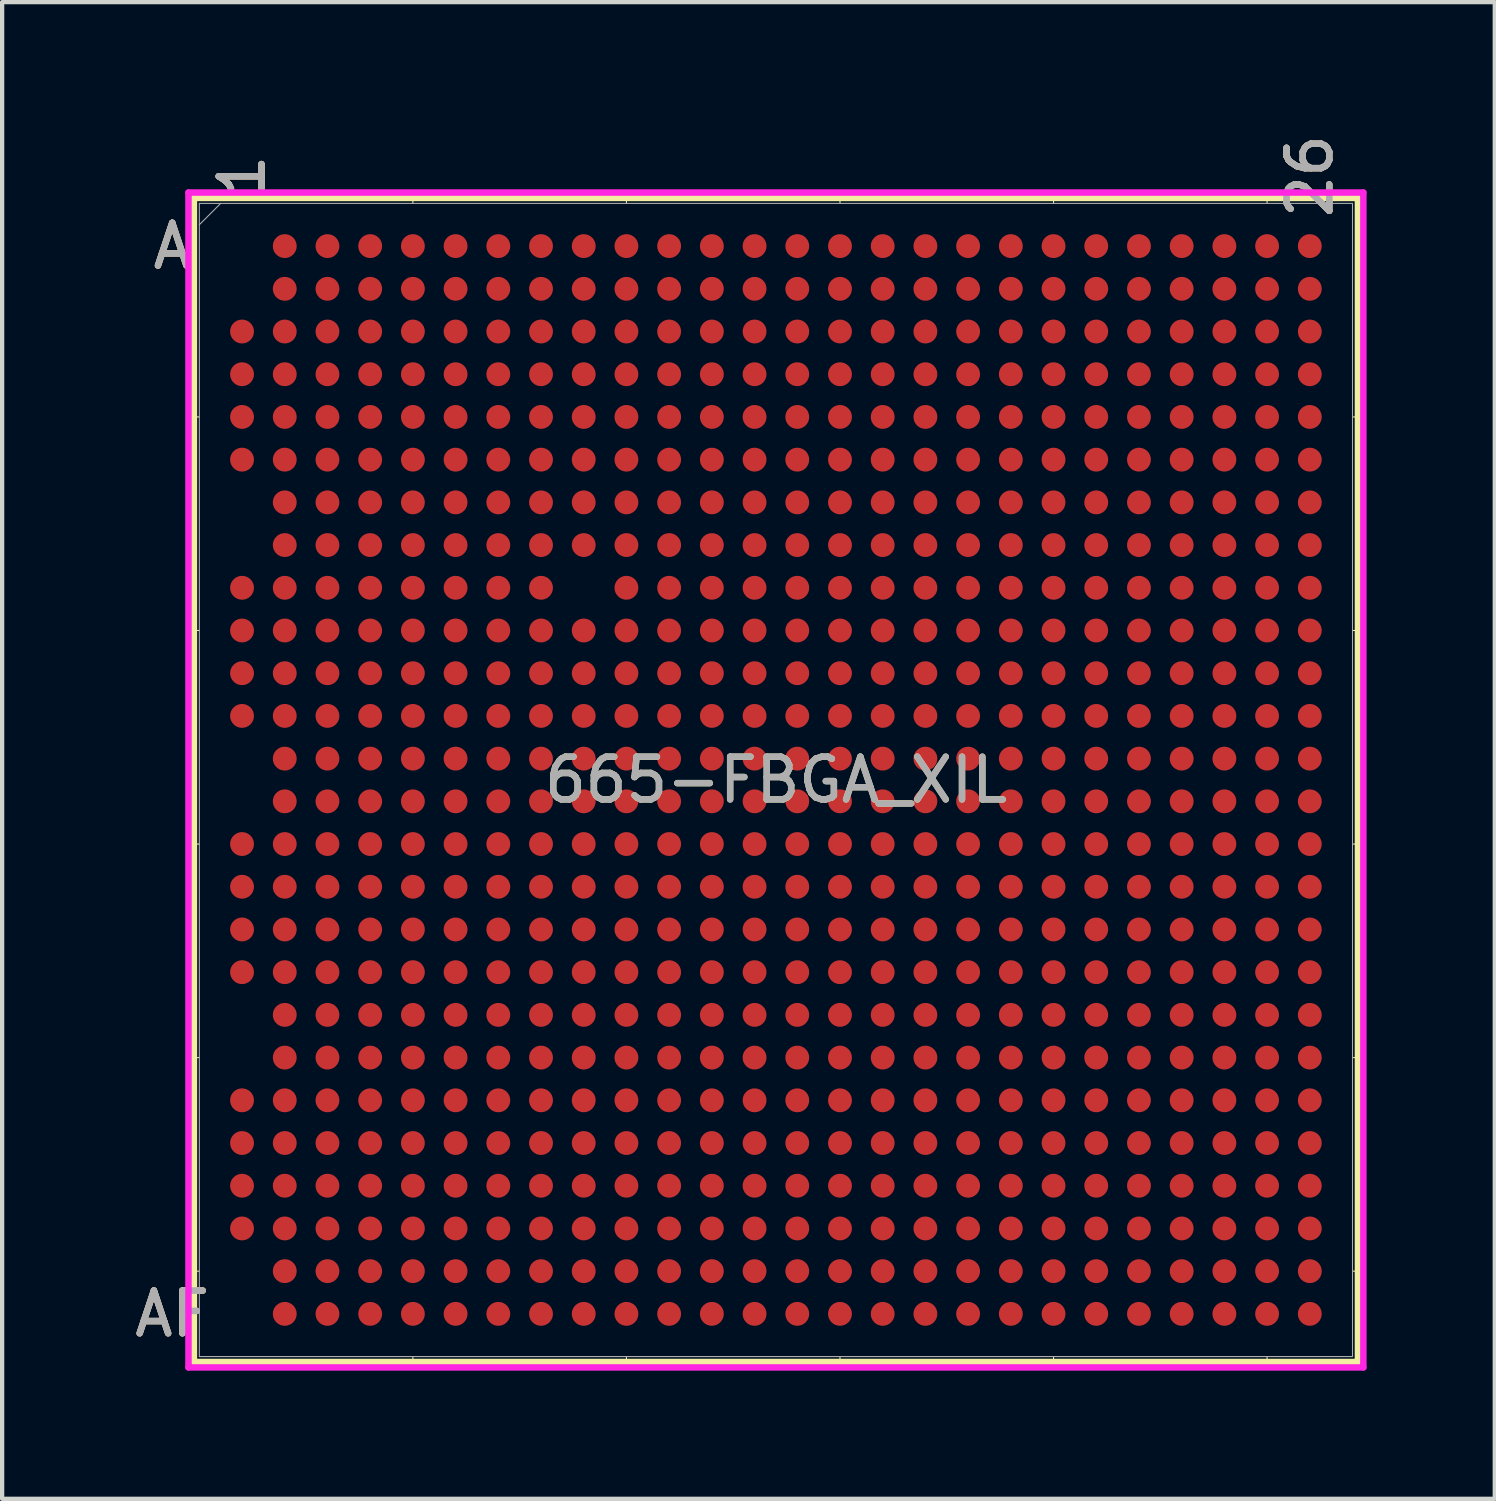
<source format=kicad_pcb>
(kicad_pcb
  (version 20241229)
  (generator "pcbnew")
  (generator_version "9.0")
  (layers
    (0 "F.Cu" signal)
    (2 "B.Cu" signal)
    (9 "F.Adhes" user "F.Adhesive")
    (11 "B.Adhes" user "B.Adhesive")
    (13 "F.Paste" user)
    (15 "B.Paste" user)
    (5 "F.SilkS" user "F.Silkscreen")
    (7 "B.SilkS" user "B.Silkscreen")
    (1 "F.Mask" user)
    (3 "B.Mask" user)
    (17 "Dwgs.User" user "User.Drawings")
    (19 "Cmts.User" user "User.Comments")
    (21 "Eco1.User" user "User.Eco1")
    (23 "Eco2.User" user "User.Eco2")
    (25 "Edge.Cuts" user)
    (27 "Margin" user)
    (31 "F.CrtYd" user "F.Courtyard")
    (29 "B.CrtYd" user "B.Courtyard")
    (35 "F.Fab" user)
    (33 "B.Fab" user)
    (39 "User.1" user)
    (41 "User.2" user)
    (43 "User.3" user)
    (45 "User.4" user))
  (footprint "665-FBGA_XIL"
    (layer "F.Cu")
    (at 15.117 15.212)
    (property "Reference" "665-FBGA_XIL" (at 0 0 0) (unlocked yes) (layer "F.SilkS") (effects (font (size 1 1) (thickness 0.15))))
    (attr smd)
    (fp_line (start -13.627 -13.627) (end -13.627 13.627) (stroke (width 0.152) (type solid)) (layer "F.SilkS"))
    (fp_line (start -13.627 13.627) (end 13.627 13.627) (stroke (width 0.152) (type solid)) (layer "F.SilkS"))
    (fp_line (start -13.5 -8.5) (end -13.754 -8.5) (stroke (width 0.025) (type solid)) (layer "F.SilkS"))
    (fp_line (start -13.5 -3.5) (end -13.754 -3.5) (stroke (width 0.025) (type solid)) (layer "F.SilkS"))
    (fp_line (start -13.5 1.5) (end -13.754 1.5) (stroke (width 0.025) (type solid)) (layer "F.SilkS"))
    (fp_line (start -13.5 6.5) (end -13.754 6.5) (stroke (width 0.025) (type solid)) (layer "F.SilkS"))
    (fp_line (start -13.5 11.5) (end -13.754 11.5) (stroke (width 0.025) (type solid)) (layer "F.SilkS"))
    (fp_line (start -8.5 -13.5) (end -8.5 -13.754) (stroke (width 0.025) (type solid)) (layer "F.SilkS"))
    (fp_line (start -8.5 13.5) (end -8.5 13.754) (stroke (width 0.025) (type solid)) (layer "F.SilkS"))
    (fp_line (start -3.5 -13.5) (end -3.5 -13.754) (stroke (width 0.025) (type solid)) (layer "F.SilkS"))
    (fp_line (start -3.5 13.5) (end -3.5 13.754) (stroke (width 0.025) (type solid)) (layer "F.SilkS"))
    (fp_line (start 1.5 -13.5) (end 1.5 -13.754) (stroke (width 0.025) (type solid)) (layer "F.SilkS"))
    (fp_line (start 1.5 13.5) (end 1.5 13.754) (stroke (width 0.025) (type solid)) (layer "F.SilkS"))
    (fp_line (start 6.5 -13.5) (end 6.5 -13.754) (stroke (width 0.025) (type solid)) (layer "F.SilkS"))
    (fp_line (start 6.5 13.5) (end 6.5 13.754) (stroke (width 0.025) (type solid)) (layer "F.SilkS"))
    (fp_line (start 11.5 -13.5) (end 11.5 -13.754) (stroke (width 0.025) (type solid)) (layer "F.SilkS"))
    (fp_line (start 11.5 13.5) (end 11.5 13.754) (stroke (width 0.025) (type solid)) (layer "F.SilkS"))
    (fp_line (start 13.5 -8.5) (end 13.754 -8.5) (stroke (width 0.025) (type solid)) (layer "F.SilkS"))
    (fp_line (start 13.5 -3.5) (end 13.754 -3.5) (stroke (width 0.025) (type solid)) (layer "F.SilkS"))
    (fp_line (start 13.5 1.5) (end 13.754 1.5) (stroke (width 0.025) (type solid)) (layer "F.SilkS"))
    (fp_line (start 13.5 6.5) (end 13.754 6.5) (stroke (width 0.025) (type solid)) (layer "F.SilkS"))
    (fp_line (start 13.5 11.5) (end 13.754 11.5) (stroke (width 0.025) (type solid)) (layer "F.SilkS"))
    (fp_line (start 13.627 -13.627) (end -13.627 -13.627) (stroke (width 0.152) (type solid)) (layer "F.SilkS"))
    (fp_line (start 13.627 13.627) (end 13.627 -13.627) (stroke (width 0.152) (type solid)) (layer "F.SilkS"))
    (fp_poly (pts (xy -13.508 -13.508) (xy 13.508 -13.508) (xy 13.508 13.508) (xy -13.508 13.508)) (stroke (width 0.1) (type solid)) (fill no) (layer "Eco2.User"))
    (fp_line (start -13.754 -13.754) (end 13.754 -13.754) (stroke (width 0.152) (type solid)) (layer "F.CrtYd"))
    (fp_line (start -13.754 13.754) (end -13.754 -13.754) (stroke (width 0.152) (type solid)) (layer "F.CrtYd"))
    (fp_line (start 13.754 -13.754) (end 13.754 13.754) (stroke (width 0.152) (type solid)) (layer "F.CrtYd"))
    (fp_line (start 13.754 13.754) (end -13.754 13.754) (stroke (width 0.152) (type solid)) (layer "F.CrtYd"))
    (fp_line (start -13.5 -13.5) (end -13.5 13.5) (stroke (width 0.025) (type solid)) (layer "F.Fab"))
    (fp_line (start -13.5 13.5) (end 13.5 13.5) (stroke (width 0.025) (type solid)) (layer "F.Fab"))
    (fp_line (start -13 -13.5) (end -13.5 -13) (stroke (width 0.025) (type solid)) (layer "F.Fab"))
    (fp_line (start 13.5 -13.5) (end -13.5 -13.5) (stroke (width 0.025) (type solid)) (layer "F.Fab"))
    (fp_line (start 13.5 13.5) (end 13.5 -13.5) (stroke (width 0.025) (type solid)) (layer "F.Fab"))
    (fp_text user "1" (at -12.5 -14.135 90) (unlocked yes) (layer "F.SilkS") (effects (font (size 1 1) (thickness 0.15))))
    (fp_text user "26" (at 12.5 -14.135 90) (unlocked yes) (layer "F.SilkS") (effects (font (size 1 1) (thickness 0.15))))
    (fp_text user "A" (at -14.135 -12.5 0) (unlocked yes) (layer "F.SilkS") (effects (font (size 1 1) (thickness 0.15))))
    (fp_text user "AF" (at -14.135 12.5 0) (unlocked yes) (layer "F.SilkS") (effects (font (size 1 1) (thickness 0.15))))
    (fp_text user "A" (at -14.135 -12.5 0) (unlocked yes) (layer "B.SilkS") (effects (font (size 1 1) (thickness 0.15))))
    (fp_text user "26" (at 12.5 -14.135 90) (unlocked yes) (layer "B.SilkS") (effects (font (size 1 1) (thickness 0.15))))
    (fp_text user "1" (at -12.5 -14.135 90) (unlocked yes) (layer "B.SilkS") (effects (font (size 1 1) (thickness 0.15))))
    (fp_text user "AF" (at -14.135 12.5 0) (unlocked yes) (layer "B.SilkS") (effects (font (size 1 1) (thickness 0.15))))
    (fp_text user "${REFERENCE}" (at 0 0 0) (unlocked yes) (layer "F.Fab") (effects (font (size 1 1) (thickness 0.15))))
    (fp_text user "26" (at 12.5 -14.135 90) (unlocked yes) (layer "F.Fab") (effects (font (size 1 1) (thickness 0.15))))
    (fp_text user "A" (at -14.135 -12.5 0) (unlocked yes) (layer "F.Fab") (effects (font (size 1 1) (thickness 0.15))))
    (fp_text user "AF" (at -14.135 12.5 0) (unlocked yes) (layer "F.Fab") (effects (font (size 1 1) (thickness 0.15))))
    (fp_text user "1" (at -12.5 -14.135 90) (unlocked yes) (layer "F.Fab") (effects (font (size 1 1) (thickness 0.15))))
    (pad "A2" smd circle (at -11.5 -12.5) (size 0.559 0.559) (layers "F.Cu" "F.Mask" "F.Paste"))
    (pad "A3" smd circle (at -10.5 -12.5) (size 0.559 0.559) (layers "F.Cu" "F.Mask" "F.Paste"))
    (pad "A4" smd circle (at -9.5 -12.5) (size 0.559 0.559) (layers "F.Cu" "F.Mask" "F.Paste"))
    (pad "A5" smd circle (at -8.5 -12.5) (size 0.559 0.559) (layers "F.Cu" "F.Mask" "F.Paste"))
    (pad "A6" smd circle (at -7.5 -12.5) (size 0.559 0.559) (layers "F.Cu" "F.Mask" "F.Paste"))
    (pad "A7" smd circle (at -6.5 -12.5) (size 0.559 0.559) (layers "F.Cu" "F.Mask" "F.Paste"))
    (pad "A8" smd circle (at -5.5 -12.5) (size 0.559 0.559) (layers "F.Cu" "F.Mask" "F.Paste"))
    (pad "A9" smd circle (at -4.5 -12.5) (size 0.559 0.559) (layers "F.Cu" "F.Mask" "F.Paste"))
    (pad "A10" smd circle (at -3.5 -12.5) (size 0.559 0.559) (layers "F.Cu" "F.Mask" "F.Paste"))
    (pad "A11" smd circle (at -2.5 -12.5) (size 0.559 0.559) (layers "F.Cu" "F.Mask" "F.Paste"))
    (pad "A12" smd circle (at -1.5 -12.5) (size 0.559 0.559) (layers "F.Cu" "F.Mask" "F.Paste"))
    (pad "A13" smd circle (at -0.5 -12.5) (size 0.559 0.559) (layers "F.Cu" "F.Mask" "F.Paste"))
    (pad "A14" smd circle (at 0.5 -12.5) (size 0.559 0.559) (layers "F.Cu" "F.Mask" "F.Paste"))
    (pad "A15" smd circle (at 1.5 -12.5) (size 0.559 0.559) (layers "F.Cu" "F.Mask" "F.Paste"))
    (pad "A16" smd circle (at 2.5 -12.5) (size 0.559 0.559) (layers "F.Cu" "F.Mask" "F.Paste"))
    (pad "A17" smd circle (at 3.5 -12.5) (size 0.559 0.559) (layers "F.Cu" "F.Mask" "F.Paste"))
    (pad "A18" smd circle (at 4.5 -12.5) (size 0.559 0.559) (layers "F.Cu" "F.Mask" "F.Paste"))
    (pad "A19" smd circle (at 5.5 -12.5) (size 0.559 0.559) (layers "F.Cu" "F.Mask" "F.Paste"))
    (pad "A20" smd circle (at 6.5 -12.5) (size 0.559 0.559) (layers "F.Cu" "F.Mask" "F.Paste"))
    (pad "A21" smd circle (at 7.5 -12.5) (size 0.559 0.559) (layers "F.Cu" "F.Mask" "F.Paste"))
    (pad "A22" smd circle (at 8.5 -12.5) (size 0.559 0.559) (layers "F.Cu" "F.Mask" "F.Paste"))
    (pad "A23" smd circle (at 9.5 -12.5) (size 0.559 0.559) (layers "F.Cu" "F.Mask" "F.Paste"))
    (pad "A24" smd circle (at 10.5 -12.5) (size 0.559 0.559) (layers "F.Cu" "F.Mask" "F.Paste"))
    (pad "A25" smd circle (at 11.5 -12.5) (size 0.559 0.559) (layers "F.Cu" "F.Mask" "F.Paste"))
    (pad "A26" smd circle (at 12.5 -12.5) (size 0.559 0.559) (layers "F.Cu" "F.Mask" "F.Paste"))
    (pad "AA1" smd circle (at -12.5 7.5) (size 0.559 0.559) (layers "F.Cu" "F.Mask" "F.Paste"))
    (pad "AA2" smd circle (at -11.5 7.5) (size 0.559 0.559) (layers "F.Cu" "F.Mask" "F.Paste"))
    (pad "AA3" smd circle (at -10.5 7.5) (size 0.559 0.559) (layers "F.Cu" "F.Mask" "F.Paste"))
    (pad "AA4" smd circle (at -9.5 7.5) (size 0.559 0.559) (layers "F.Cu" "F.Mask" "F.Paste"))
    (pad "AA5" smd circle (at -8.5 7.5) (size 0.559 0.559) (layers "F.Cu" "F.Mask" "F.Paste"))
    (pad "AA6" smd circle (at -7.5 7.5) (size 0.559 0.559) (layers "F.Cu" "F.Mask" "F.Paste"))
    (pad "AA7" smd circle (at -6.5 7.5) (size 0.559 0.559) (layers "F.Cu" "F.Mask" "F.Paste"))
    (pad "AA8" smd circle (at -5.5 7.5) (size 0.559 0.559) (layers "F.Cu" "F.Mask" "F.Paste"))
    (pad "AA9" smd circle (at -4.5 7.5) (size 0.559 0.559) (layers "F.Cu" "F.Mask" "F.Paste"))
    (pad "AA10" smd circle (at -3.5 7.5) (size 0.559 0.559) (layers "F.Cu" "F.Mask" "F.Paste"))
    (pad "AA11" smd circle (at -2.5 7.5) (size 0.559 0.559) (layers "F.Cu" "F.Mask" "F.Paste"))
    (pad "AA12" smd circle (at -1.5 7.5) (size 0.559 0.559) (layers "F.Cu" "F.Mask" "F.Paste"))
    (pad "AA13" smd circle (at -0.5 7.5) (size 0.559 0.559) (layers "F.Cu" "F.Mask" "F.Paste"))
    (pad "AA14" smd circle (at 0.5 7.5) (size 0.559 0.559) (layers "F.Cu" "F.Mask" "F.Paste"))
    (pad "AA15" smd circle (at 1.5 7.5) (size 0.559 0.559) (layers "F.Cu" "F.Mask" "F.Paste"))
    (pad "AA16" smd circle (at 2.5 7.5) (size 0.559 0.559) (layers "F.Cu" "F.Mask" "F.Paste"))
    (pad "AA17" smd circle (at 3.5 7.5) (size 0.559 0.559) (layers "F.Cu" "F.Mask" "F.Paste"))
    (pad "AA18" smd circle (at 4.5 7.5) (size 0.559 0.559) (layers "F.Cu" "F.Mask" "F.Paste"))
    (pad "AA19" smd circle (at 5.5 7.5) (size 0.559 0.559) (layers "F.Cu" "F.Mask" "F.Paste"))
    (pad "AA20" smd circle (at 6.5 7.5) (size 0.559 0.559) (layers "F.Cu" "F.Mask" "F.Paste"))
    (pad "AA21" smd circle (at 7.5 7.5) (size 0.559 0.559) (layers "F.Cu" "F.Mask" "F.Paste"))
    (pad "AA22" smd circle (at 8.5 7.5) (size 0.559 0.559) (layers "F.Cu" "F.Mask" "F.Paste"))
    (pad "AA23" smd circle (at 9.5 7.5) (size 0.559 0.559) (layers "F.Cu" "F.Mask" "F.Paste"))
    (pad "AA24" smd circle (at 10.5 7.5) (size 0.559 0.559) (layers "F.Cu" "F.Mask" "F.Paste"))
    (pad "AA25" smd circle (at 11.5 7.5) (size 0.559 0.559) (layers "F.Cu" "F.Mask" "F.Paste"))
    (pad "AA26" smd circle (at 12.5 7.5) (size 0.559 0.559) (layers "F.Cu" "F.Mask" "F.Paste"))
    (pad "AB1" smd circle (at -12.5 8.5) (size 0.559 0.559) (layers "F.Cu" "F.Mask" "F.Paste"))
    (pad "AB2" smd circle (at -11.5 8.5) (size 0.559 0.559) (layers "F.Cu" "F.Mask" "F.Paste"))
    (pad "AB3" smd circle (at -10.5 8.5) (size 0.559 0.559) (layers "F.Cu" "F.Mask" "F.Paste"))
    (pad "AB4" smd circle (at -9.5 8.5) (size 0.559 0.559) (layers "F.Cu" "F.Mask" "F.Paste"))
    (pad "AB5" smd circle (at -8.5 8.5) (size 0.559 0.559) (layers "F.Cu" "F.Mask" "F.Paste"))
    (pad "AB6" smd circle (at -7.5 8.5) (size 0.559 0.559) (layers "F.Cu" "F.Mask" "F.Paste"))
    (pad "AB7" smd circle (at -6.5 8.5) (size 0.559 0.559) (layers "F.Cu" "F.Mask" "F.Paste"))
    (pad "AB8" smd circle (at -5.5 8.5) (size 0.559 0.559) (layers "F.Cu" "F.Mask" "F.Paste"))
    (pad "AB9" smd circle (at -4.5 8.5) (size 0.559 0.559) (layers "F.Cu" "F.Mask" "F.Paste"))
    (pad "AB10" smd circle (at -3.5 8.5) (size 0.559 0.559) (layers "F.Cu" "F.Mask" "F.Paste"))
    (pad "AB11" smd circle (at -2.5 8.5) (size 0.559 0.559) (layers "F.Cu" "F.Mask" "F.Paste"))
    (pad "AB12" smd circle (at -1.5 8.5) (size 0.559 0.559) (layers "F.Cu" "F.Mask" "F.Paste"))
    (pad "AB13" smd circle (at -0.5 8.5) (size 0.559 0.559) (layers "F.Cu" "F.Mask" "F.Paste"))
    (pad "AB14" smd circle (at 0.5 8.5) (size 0.559 0.559) (layers "F.Cu" "F.Mask" "F.Paste"))
    (pad "AB15" smd circle (at 1.5 8.5) (size 0.559 0.559) (layers "F.Cu" "F.Mask" "F.Paste"))
    (pad "AB16" smd circle (at 2.5 8.5) (size 0.559 0.559) (layers "F.Cu" "F.Mask" "F.Paste"))
    (pad "AB17" smd circle (at 3.5 8.5) (size 0.559 0.559) (layers "F.Cu" "F.Mask" "F.Paste"))
    (pad "AB18" smd circle (at 4.5 8.5) (size 0.559 0.559) (layers "F.Cu" "F.Mask" "F.Paste"))
    (pad "AB19" smd circle (at 5.5 8.5) (size 0.559 0.559) (layers "F.Cu" "F.Mask" "F.Paste"))
    (pad "AB20" smd circle (at 6.5 8.5) (size 0.559 0.559) (layers "F.Cu" "F.Mask" "F.Paste"))
    (pad "AB21" smd circle (at 7.5 8.5) (size 0.559 0.559) (layers "F.Cu" "F.Mask" "F.Paste"))
    (pad "AB22" smd circle (at 8.5 8.5) (size 0.559 0.559) (layers "F.Cu" "F.Mask" "F.Paste"))
    (pad "AB23" smd circle (at 9.5 8.5) (size 0.559 0.559) (layers "F.Cu" "F.Mask" "F.Paste"))
    (pad "AB24" smd circle (at 10.5 8.5) (size 0.559 0.559) (layers "F.Cu" "F.Mask" "F.Paste"))
    (pad "AB25" smd circle (at 11.5 8.5) (size 0.559 0.559) (layers "F.Cu" "F.Mask" "F.Paste"))
    (pad "AB26" smd circle (at 12.5 8.5) (size 0.559 0.559) (layers "F.Cu" "F.Mask" "F.Paste"))
    (pad "AC1" smd circle (at -12.5 9.5) (size 0.559 0.559) (layers "F.Cu" "F.Mask" "F.Paste"))
    (pad "AC2" smd circle (at -11.5 9.5) (size 0.559 0.559) (layers "F.Cu" "F.Mask" "F.Paste"))
    (pad "AC3" smd circle (at -10.5 9.5) (size 0.559 0.559) (layers "F.Cu" "F.Mask" "F.Paste"))
    (pad "AC4" smd circle (at -9.5 9.5) (size 0.559 0.559) (layers "F.Cu" "F.Mask" "F.Paste"))
    (pad "AC5" smd circle (at -8.5 9.5) (size 0.559 0.559) (layers "F.Cu" "F.Mask" "F.Paste"))
    (pad "AC6" smd circle (at -7.5 9.5) (size 0.559 0.559) (layers "F.Cu" "F.Mask" "F.Paste"))
    (pad "AC7" smd circle (at -6.5 9.5) (size 0.559 0.559) (layers "F.Cu" "F.Mask" "F.Paste"))
    (pad "AC8" smd circle (at -5.5 9.5) (size 0.559 0.559) (layers "F.Cu" "F.Mask" "F.Paste"))
    (pad "AC9" smd circle (at -4.5 9.5) (size 0.559 0.559) (layers "F.Cu" "F.Mask" "F.Paste"))
    (pad "AC10" smd circle (at -3.5 9.5) (size 0.559 0.559) (layers "F.Cu" "F.Mask" "F.Paste"))
    (pad "AC11" smd circle (at -2.5 9.5) (size 0.559 0.559) (layers "F.Cu" "F.Mask" "F.Paste"))
    (pad "AC12" smd circle (at -1.5 9.5) (size 0.559 0.559) (layers "F.Cu" "F.Mask" "F.Paste"))
    (pad "AC13" smd circle (at -0.5 9.5) (size 0.559 0.559) (layers "F.Cu" "F.Mask" "F.Paste"))
    (pad "AC14" smd circle (at 0.5 9.5) (size 0.559 0.559) (layers "F.Cu" "F.Mask" "F.Paste"))
    (pad "AC15" smd circle (at 1.5 9.5) (size 0.559 0.559) (layers "F.Cu" "F.Mask" "F.Paste"))
    (pad "AC16" smd circle (at 2.5 9.5) (size 0.559 0.559) (layers "F.Cu" "F.Mask" "F.Paste"))
    (pad "AC17" smd circle (at 3.5 9.5) (size 0.559 0.559) (layers "F.Cu" "F.Mask" "F.Paste"))
    (pad "AC18" smd circle (at 4.5 9.5) (size 0.559 0.559) (layers "F.Cu" "F.Mask" "F.Paste"))
    (pad "AC19" smd circle (at 5.5 9.5) (size 0.559 0.559) (layers "F.Cu" "F.Mask" "F.Paste"))
    (pad "AC20" smd circle (at 6.5 9.5) (size 0.559 0.559) (layers "F.Cu" "F.Mask" "F.Paste"))
    (pad "AC21" smd circle (at 7.5 9.5) (size 0.559 0.559) (layers "F.Cu" "F.Mask" "F.Paste"))
    (pad "AC22" smd circle (at 8.5 9.5) (size 0.559 0.559) (layers "F.Cu" "F.Mask" "F.Paste"))
    (pad "AC23" smd circle (at 9.5 9.5) (size 0.559 0.559) (layers "F.Cu" "F.Mask" "F.Paste"))
    (pad "AC24" smd circle (at 10.5 9.5) (size 0.559 0.559) (layers "F.Cu" "F.Mask" "F.Paste"))
    (pad "AC25" smd circle (at 11.5 9.5) (size 0.559 0.559) (layers "F.Cu" "F.Mask" "F.Paste"))
    (pad "AC26" smd circle (at 12.5 9.5) (size 0.559 0.559) (layers "F.Cu" "F.Mask" "F.Paste"))
    (pad "AD1" smd circle (at -12.5 10.5) (size 0.559 0.559) (layers "F.Cu" "F.Mask" "F.Paste"))
    (pad "AD2" smd circle (at -11.5 10.5) (size 0.559 0.559) (layers "F.Cu" "F.Mask" "F.Paste"))
    (pad "AD3" smd circle (at -10.5 10.5) (size 0.559 0.559) (layers "F.Cu" "F.Mask" "F.Paste"))
    (pad "AD4" smd circle (at -9.5 10.5) (size 0.559 0.559) (layers "F.Cu" "F.Mask" "F.Paste"))
    (pad "AD5" smd circle (at -8.5 10.5) (size 0.559 0.559) (layers "F.Cu" "F.Mask" "F.Paste"))
    (pad "AD6" smd circle (at -7.5 10.5) (size 0.559 0.559) (layers "F.Cu" "F.Mask" "F.Paste"))
    (pad "AD7" smd circle (at -6.5 10.5) (size 0.559 0.559) (layers "F.Cu" "F.Mask" "F.Paste"))
    (pad "AD8" smd circle (at -5.5 10.5) (size 0.559 0.559) (layers "F.Cu" "F.Mask" "F.Paste"))
    (pad "AD9" smd circle (at -4.5 10.5) (size 0.559 0.559) (layers "F.Cu" "F.Mask" "F.Paste"))
    (pad "AD10" smd circle (at -3.5 10.5) (size 0.559 0.559) (layers "F.Cu" "F.Mask" "F.Paste"))
    (pad "AD11" smd circle (at -2.5 10.5) (size 0.559 0.559) (layers "F.Cu" "F.Mask" "F.Paste"))
    (pad "AD12" smd circle (at -1.5 10.5) (size 0.559 0.559) (layers "F.Cu" "F.Mask" "F.Paste"))
    (pad "AD13" smd circle (at -0.5 10.5) (size 0.559 0.559) (layers "F.Cu" "F.Mask" "F.Paste"))
    (pad "AD14" smd circle (at 0.5 10.5) (size 0.559 0.559) (layers "F.Cu" "F.Mask" "F.Paste"))
    (pad "AD15" smd circle (at 1.5 10.5) (size 0.559 0.559) (layers "F.Cu" "F.Mask" "F.Paste"))
    (pad "AD16" smd circle (at 2.5 10.5) (size 0.559 0.559) (layers "F.Cu" "F.Mask" "F.Paste"))
    (pad "AD17" smd circle (at 3.5 10.5) (size 0.559 0.559) (layers "F.Cu" "F.Mask" "F.Paste"))
    (pad "AD18" smd circle (at 4.5 10.5) (size 0.559 0.559) (layers "F.Cu" "F.Mask" "F.Paste"))
    (pad "AD19" smd circle (at 5.5 10.5) (size 0.559 0.559) (layers "F.Cu" "F.Mask" "F.Paste"))
    (pad "AD20" smd circle (at 6.5 10.5) (size 0.559 0.559) (layers "F.Cu" "F.Mask" "F.Paste"))
    (pad "AD21" smd circle (at 7.5 10.5) (size 0.559 0.559) (layers "F.Cu" "F.Mask" "F.Paste"))
    (pad "AD22" smd circle (at 8.5 10.5) (size 0.559 0.559) (layers "F.Cu" "F.Mask" "F.Paste"))
    (pad "AD23" smd circle (at 9.5 10.5) (size 0.559 0.559) (layers "F.Cu" "F.Mask" "F.Paste"))
    (pad "AD24" smd circle (at 10.5 10.5) (size 0.559 0.559) (layers "F.Cu" "F.Mask" "F.Paste"))
    (pad "AD25" smd circle (at 11.5 10.5) (size 0.559 0.559) (layers "F.Cu" "F.Mask" "F.Paste"))
    (pad "AD26" smd circle (at 12.5 10.5) (size 0.559 0.559) (layers "F.Cu" "F.Mask" "F.Paste"))
    (pad "AE2" smd circle (at -11.5 11.5) (size 0.559 0.559) (layers "F.Cu" "F.Mask" "F.Paste"))
    (pad "AE3" smd circle (at -10.5 11.5) (size 0.559 0.559) (layers "F.Cu" "F.Mask" "F.Paste"))
    (pad "AE4" smd circle (at -9.5 11.5) (size 0.559 0.559) (layers "F.Cu" "F.Mask" "F.Paste"))
    (pad "AE5" smd circle (at -8.5 11.5) (size 0.559 0.559) (layers "F.Cu" "F.Mask" "F.Paste"))
    (pad "AE6" smd circle (at -7.5 11.5) (size 0.559 0.559) (layers "F.Cu" "F.Mask" "F.Paste"))
    (pad "AE7" smd circle (at -6.5 11.5) (size 0.559 0.559) (layers "F.Cu" "F.Mask" "F.Paste"))
    (pad "AE8" smd circle (at -5.5 11.5) (size 0.559 0.559) (layers "F.Cu" "F.Mask" "F.Paste"))
    (pad "AE9" smd circle (at -4.5 11.5) (size 0.559 0.559) (layers "F.Cu" "F.Mask" "F.Paste"))
    (pad "AE10" smd circle (at -3.5 11.5) (size 0.559 0.559) (layers "F.Cu" "F.Mask" "F.Paste"))
    (pad "AE11" smd circle (at -2.5 11.5) (size 0.559 0.559) (layers "F.Cu" "F.Mask" "F.Paste"))
    (pad "AE12" smd circle (at -1.5 11.5) (size 0.559 0.559) (layers "F.Cu" "F.Mask" "F.Paste"))
    (pad "AE13" smd circle (at -0.5 11.5) (size 0.559 0.559) (layers "F.Cu" "F.Mask" "F.Paste"))
    (pad "AE14" smd circle (at 0.5 11.5) (size 0.559 0.559) (layers "F.Cu" "F.Mask" "F.Paste"))
    (pad "AE15" smd circle (at 1.5 11.5) (size 0.559 0.559) (layers "F.Cu" "F.Mask" "F.Paste"))
    (pad "AE16" smd circle (at 2.5 11.5) (size 0.559 0.559) (layers "F.Cu" "F.Mask" "F.Paste"))
    (pad "AE17" smd circle (at 3.5 11.5) (size 0.559 0.559) (layers "F.Cu" "F.Mask" "F.Paste"))
    (pad "AE18" smd circle (at 4.5 11.5) (size 0.559 0.559) (layers "F.Cu" "F.Mask" "F.Paste"))
    (pad "AE19" smd circle (at 5.5 11.5) (size 0.559 0.559) (layers "F.Cu" "F.Mask" "F.Paste"))
    (pad "AE20" smd circle (at 6.5 11.5) (size 0.559 0.559) (layers "F.Cu" "F.Mask" "F.Paste"))
    (pad "AE21" smd circle (at 7.5 11.5) (size 0.559 0.559) (layers "F.Cu" "F.Mask" "F.Paste"))
    (pad "AE22" smd circle (at 8.5 11.5) (size 0.559 0.559) (layers "F.Cu" "F.Mask" "F.Paste"))
    (pad "AE23" smd circle (at 9.5 11.5) (size 0.559 0.559) (layers "F.Cu" "F.Mask" "F.Paste"))
    (pad "AE24" smd circle (at 10.5 11.5) (size 0.559 0.559) (layers "F.Cu" "F.Mask" "F.Paste"))
    (pad "AE25" smd circle (at 11.5 11.5) (size 0.559 0.559) (layers "F.Cu" "F.Mask" "F.Paste"))
    (pad "AE26" smd circle (at 12.5 11.5) (size 0.559 0.559) (layers "F.Cu" "F.Mask" "F.Paste"))
    (pad "AF2" smd circle (at -11.5 12.5) (size 0.559 0.559) (layers "F.Cu" "F.Mask" "F.Paste"))
    (pad "AF3" smd circle (at -10.5 12.5) (size 0.559 0.559) (layers "F.Cu" "F.Mask" "F.Paste"))
    (pad "AF4" smd circle (at -9.5 12.5) (size 0.559 0.559) (layers "F.Cu" "F.Mask" "F.Paste"))
    (pad "AF5" smd circle (at -8.5 12.5) (size 0.559 0.559) (layers "F.Cu" "F.Mask" "F.Paste"))
    (pad "AF6" smd circle (at -7.5 12.5) (size 0.559 0.559) (layers "F.Cu" "F.Mask" "F.Paste"))
    (pad "AF7" smd circle (at -6.5 12.5) (size 0.559 0.559) (layers "F.Cu" "F.Mask" "F.Paste"))
    (pad "AF8" smd circle (at -5.5 12.5) (size 0.559 0.559) (layers "F.Cu" "F.Mask" "F.Paste"))
    (pad "AF9" smd circle (at -4.5 12.5) (size 0.559 0.559) (layers "F.Cu" "F.Mask" "F.Paste"))
    (pad "AF10" smd circle (at -3.5 12.5) (size 0.559 0.559) (layers "F.Cu" "F.Mask" "F.Paste"))
    (pad "AF11" smd circle (at -2.5 12.5) (size 0.559 0.559) (layers "F.Cu" "F.Mask" "F.Paste"))
    (pad "AF12" smd circle (at -1.5 12.5) (size 0.559 0.559) (layers "F.Cu" "F.Mask" "F.Paste"))
    (pad "AF13" smd circle (at -0.5 12.5) (size 0.559 0.559) (layers "F.Cu" "F.Mask" "F.Paste"))
    (pad "AF14" smd circle (at 0.5 12.5) (size 0.559 0.559) (layers "F.Cu" "F.Mask" "F.Paste"))
    (pad "AF15" smd circle (at 1.5 12.5) (size 0.559 0.559) (layers "F.Cu" "F.Mask" "F.Paste"))
    (pad "AF16" smd circle (at 2.5 12.5) (size 0.559 0.559) (layers "F.Cu" "F.Mask" "F.Paste"))
    (pad "AF17" smd circle (at 3.5 12.5) (size 0.559 0.559) (layers "F.Cu" "F.Mask" "F.Paste"))
    (pad "AF18" smd circle (at 4.5 12.5) (size 0.559 0.559) (layers "F.Cu" "F.Mask" "F.Paste"))
    (pad "AF19" smd circle (at 5.5 12.5) (size 0.559 0.559) (layers "F.Cu" "F.Mask" "F.Paste"))
    (pad "AF20" smd circle (at 6.5 12.5) (size 0.559 0.559) (layers "F.Cu" "F.Mask" "F.Paste"))
    (pad "AF21" smd circle (at 7.5 12.5) (size 0.559 0.559) (layers "F.Cu" "F.Mask" "F.Paste"))
    (pad "AF22" smd circle (at 8.5 12.5) (size 0.559 0.559) (layers "F.Cu" "F.Mask" "F.Paste"))
    (pad "AF23" smd circle (at 9.5 12.5) (size 0.559 0.559) (layers "F.Cu" "F.Mask" "F.Paste"))
    (pad "AF24" smd circle (at 10.5 12.5) (size 0.559 0.559) (layers "F.Cu" "F.Mask" "F.Paste"))
    (pad "AF25" smd circle (at 11.5 12.5) (size 0.559 0.559) (layers "F.Cu" "F.Mask" "F.Paste"))
    (pad "AF26" smd circle (at 12.5 12.5) (size 0.559 0.559) (layers "F.Cu" "F.Mask" "F.Paste"))
    (pad "B2" smd circle (at -11.5 -11.5) (size 0.559 0.559) (layers "F.Cu" "F.Mask" "F.Paste"))
    (pad "B3" smd circle (at -10.5 -11.5) (size 0.559 0.559) (layers "F.Cu" "F.Mask" "F.Paste"))
    (pad "B4" smd circle (at -9.5 -11.5) (size 0.559 0.559) (layers "F.Cu" "F.Mask" "F.Paste"))
    (pad "B5" smd circle (at -8.5 -11.5) (size 0.559 0.559) (layers "F.Cu" "F.Mask" "F.Paste"))
    (pad "B6" smd circle (at -7.5 -11.5) (size 0.559 0.559) (layers "F.Cu" "F.Mask" "F.Paste"))
    (pad "B7" smd circle (at -6.5 -11.5) (size 0.559 0.559) (layers "F.Cu" "F.Mask" "F.Paste"))
    (pad "B8" smd circle (at -5.5 -11.5) (size 0.559 0.559) (layers "F.Cu" "F.Mask" "F.Paste"))
    (pad "B9" smd circle (at -4.5 -11.5) (size 0.559 0.559) (layers "F.Cu" "F.Mask" "F.Paste"))
    (pad "B10" smd circle (at -3.5 -11.5) (size 0.559 0.559) (layers "F.Cu" "F.Mask" "F.Paste"))
    (pad "B11" smd circle (at -2.5 -11.5) (size 0.559 0.559) (layers "F.Cu" "F.Mask" "F.Paste"))
    (pad "B12" smd circle (at -1.5 -11.5) (size 0.559 0.559) (layers "F.Cu" "F.Mask" "F.Paste"))
    (pad "B13" smd circle (at -0.5 -11.5) (size 0.559 0.559) (layers "F.Cu" "F.Mask" "F.Paste"))
    (pad "B14" smd circle (at 0.5 -11.5) (size 0.559 0.559) (layers "F.Cu" "F.Mask" "F.Paste"))
    (pad "B15" smd circle (at 1.5 -11.5) (size 0.559 0.559) (layers "F.Cu" "F.Mask" "F.Paste"))
    (pad "B16" smd circle (at 2.5 -11.5) (size 0.559 0.559) (layers "F.Cu" "F.Mask" "F.Paste"))
    (pad "B17" smd circle (at 3.5 -11.5) (size 0.559 0.559) (layers "F.Cu" "F.Mask" "F.Paste"))
    (pad "B18" smd circle (at 4.5 -11.5) (size 0.559 0.559) (layers "F.Cu" "F.Mask" "F.Paste"))
    (pad "B19" smd circle (at 5.5 -11.5) (size 0.559 0.559) (layers "F.Cu" "F.Mask" "F.Paste"))
    (pad "B20" smd circle (at 6.5 -11.5) (size 0.559 0.559) (layers "F.Cu" "F.Mask" "F.Paste"))
    (pad "B21" smd circle (at 7.5 -11.5) (size 0.559 0.559) (layers "F.Cu" "F.Mask" "F.Paste"))
    (pad "B22" smd circle (at 8.5 -11.5) (size 0.559 0.559) (layers "F.Cu" "F.Mask" "F.Paste"))
    (pad "B23" smd circle (at 9.5 -11.5) (size 0.559 0.559) (layers "F.Cu" "F.Mask" "F.Paste"))
    (pad "B24" smd circle (at 10.5 -11.5) (size 0.559 0.559) (layers "F.Cu" "F.Mask" "F.Paste"))
    (pad "B25" smd circle (at 11.5 -11.5) (size 0.559 0.559) (layers "F.Cu" "F.Mask" "F.Paste"))
    (pad "B26" smd circle (at 12.5 -11.5) (size 0.559 0.559) (layers "F.Cu" "F.Mask" "F.Paste"))
    (pad "C1" smd circle (at -12.5 -10.5) (size 0.559 0.559) (layers "F.Cu" "F.Mask" "F.Paste"))
    (pad "C2" smd circle (at -11.5 -10.5) (size 0.559 0.559) (layers "F.Cu" "F.Mask" "F.Paste"))
    (pad "C3" smd circle (at -10.5 -10.5) (size 0.559 0.559) (layers "F.Cu" "F.Mask" "F.Paste"))
    (pad "C4" smd circle (at -9.5 -10.5) (size 0.559 0.559) (layers "F.Cu" "F.Mask" "F.Paste"))
    (pad "C5" smd circle (at -8.5 -10.5) (size 0.559 0.559) (layers "F.Cu" "F.Mask" "F.Paste"))
    (pad "C6" smd circle (at -7.5 -10.5) (size 0.559 0.559) (layers "F.Cu" "F.Mask" "F.Paste"))
    (pad "C7" smd circle (at -6.5 -10.5) (size 0.559 0.559) (layers "F.Cu" "F.Mask" "F.Paste"))
    (pad "C8" smd circle (at -5.5 -10.5) (size 0.559 0.559) (layers "F.Cu" "F.Mask" "F.Paste"))
    (pad "C9" smd circle (at -4.5 -10.5) (size 0.559 0.559) (layers "F.Cu" "F.Mask" "F.Paste"))
    (pad "C10" smd circle (at -3.5 -10.5) (size 0.559 0.559) (layers "F.Cu" "F.Mask" "F.Paste"))
    (pad "C11" smd circle (at -2.5 -10.5) (size 0.559 0.559) (layers "F.Cu" "F.Mask" "F.Paste"))
    (pad "C12" smd circle (at -1.5 -10.5) (size 0.559 0.559) (layers "F.Cu" "F.Mask" "F.Paste"))
    (pad "C13" smd circle (at -0.5 -10.5) (size 0.559 0.559) (layers "F.Cu" "F.Mask" "F.Paste"))
    (pad "C14" smd circle (at 0.5 -10.5) (size 0.559 0.559) (layers "F.Cu" "F.Mask" "F.Paste"))
    (pad "C15" smd circle (at 1.5 -10.5) (size 0.559 0.559) (layers "F.Cu" "F.Mask" "F.Paste"))
    (pad "C16" smd circle (at 2.5 -10.5) (size 0.559 0.559) (layers "F.Cu" "F.Mask" "F.Paste"))
    (pad "C17" smd circle (at 3.5 -10.5) (size 0.559 0.559) (layers "F.Cu" "F.Mask" "F.Paste"))
    (pad "C18" smd circle (at 4.5 -10.5) (size 0.559 0.559) (layers "F.Cu" "F.Mask" "F.Paste"))
    (pad "C19" smd circle (at 5.5 -10.5) (size 0.559 0.559) (layers "F.Cu" "F.Mask" "F.Paste"))
    (pad "C20" smd circle (at 6.5 -10.5) (size 0.559 0.559) (layers "F.Cu" "F.Mask" "F.Paste"))
    (pad "C21" smd circle (at 7.5 -10.5) (size 0.559 0.559) (layers "F.Cu" "F.Mask" "F.Paste"))
    (pad "C22" smd circle (at 8.5 -10.5) (size 0.559 0.559) (layers "F.Cu" "F.Mask" "F.Paste"))
    (pad "C23" smd circle (at 9.5 -10.5) (size 0.559 0.559) (layers "F.Cu" "F.Mask" "F.Paste"))
    (pad "C24" smd circle (at 10.5 -10.5) (size 0.559 0.559) (layers "F.Cu" "F.Mask" "F.Paste"))
    (pad "C25" smd circle (at 11.5 -10.5) (size 0.559 0.559) (layers "F.Cu" "F.Mask" "F.Paste"))
    (pad "C26" smd circle (at 12.5 -10.5) (size 0.559 0.559) (layers "F.Cu" "F.Mask" "F.Paste"))
    (pad "D1" smd circle (at -12.5 -9.5) (size 0.559 0.559) (layers "F.Cu" "F.Mask" "F.Paste"))
    (pad "D2" smd circle (at -11.5 -9.5) (size 0.559 0.559) (layers "F.Cu" "F.Mask" "F.Paste"))
    (pad "D3" smd circle (at -10.5 -9.5) (size 0.559 0.559) (layers "F.Cu" "F.Mask" "F.Paste"))
    (pad "D4" smd circle (at -9.5 -9.5) (size 0.559 0.559) (layers "F.Cu" "F.Mask" "F.Paste"))
    (pad "D5" smd circle (at -8.5 -9.5) (size 0.559 0.559) (layers "F.Cu" "F.Mask" "F.Paste"))
    (pad "D6" smd circle (at -7.5 -9.5) (size 0.559 0.559) (layers "F.Cu" "F.Mask" "F.Paste"))
    (pad "D7" smd circle (at -6.5 -9.5) (size 0.559 0.559) (layers "F.Cu" "F.Mask" "F.Paste"))
    (pad "D8" smd circle (at -5.5 -9.5) (size 0.559 0.559) (layers "F.Cu" "F.Mask" "F.Paste"))
    (pad "D9" smd circle (at -4.5 -9.5) (size 0.559 0.559) (layers "F.Cu" "F.Mask" "F.Paste"))
    (pad "D10" smd circle (at -3.5 -9.5) (size 0.559 0.559) (layers "F.Cu" "F.Mask" "F.Paste"))
    (pad "D11" smd circle (at -2.5 -9.5) (size 0.559 0.559) (layers "F.Cu" "F.Mask" "F.Paste"))
    (pad "D12" smd circle (at -1.5 -9.5) (size 0.559 0.559) (layers "F.Cu" "F.Mask" "F.Paste"))
    (pad "D13" smd circle (at -0.5 -9.5) (size 0.559 0.559) (layers "F.Cu" "F.Mask" "F.Paste"))
    (pad "D14" smd circle (at 0.5 -9.5) (size 0.559 0.559) (layers "F.Cu" "F.Mask" "F.Paste"))
    (pad "D15" smd circle (at 1.5 -9.5) (size 0.559 0.559) (layers "F.Cu" "F.Mask" "F.Paste"))
    (pad "D16" smd circle (at 2.5 -9.5) (size 0.559 0.559) (layers "F.Cu" "F.Mask" "F.Paste"))
    (pad "D17" smd circle (at 3.5 -9.5) (size 0.559 0.559) (layers "F.Cu" "F.Mask" "F.Paste"))
    (pad "D18" smd circle (at 4.5 -9.5) (size 0.559 0.559) (layers "F.Cu" "F.Mask" "F.Paste"))
    (pad "D19" smd circle (at 5.5 -9.5) (size 0.559 0.559) (layers "F.Cu" "F.Mask" "F.Paste"))
    (pad "D20" smd circle (at 6.5 -9.5) (size 0.559 0.559) (layers "F.Cu" "F.Mask" "F.Paste"))
    (pad "D21" smd circle (at 7.5 -9.5) (size 0.559 0.559) (layers "F.Cu" "F.Mask" "F.Paste"))
    (pad "D22" smd circle (at 8.5 -9.5) (size 0.559 0.559) (layers "F.Cu" "F.Mask" "F.Paste"))
    (pad "D23" smd circle (at 9.5 -9.5) (size 0.559 0.559) (layers "F.Cu" "F.Mask" "F.Paste"))
    (pad "D24" smd circle (at 10.5 -9.5) (size 0.559 0.559) (layers "F.Cu" "F.Mask" "F.Paste"))
    (pad "D25" smd circle (at 11.5 -9.5) (size 0.559 0.559) (layers "F.Cu" "F.Mask" "F.Paste"))
    (pad "D26" smd circle (at 12.5 -9.5) (size 0.559 0.559) (layers "F.Cu" "F.Mask" "F.Paste"))
    (pad "E1" smd circle (at -12.5 -8.5) (size 0.559 0.559) (layers "F.Cu" "F.Mask" "F.Paste"))
    (pad "E2" smd circle (at -11.5 -8.5) (size 0.559 0.559) (layers "F.Cu" "F.Mask" "F.Paste"))
    (pad "E3" smd circle (at -10.5 -8.5) (size 0.559 0.559) (layers "F.Cu" "F.Mask" "F.Paste"))
    (pad "E4" smd circle (at -9.5 -8.5) (size 0.559 0.559) (layers "F.Cu" "F.Mask" "F.Paste"))
    (pad "E5" smd circle (at -8.5 -8.5) (size 0.559 0.559) (layers "F.Cu" "F.Mask" "F.Paste"))
    (pad "E6" smd circle (at -7.5 -8.5) (size 0.559 0.559) (layers "F.Cu" "F.Mask" "F.Paste"))
    (pad "E7" smd circle (at -6.5 -8.5) (size 0.559 0.559) (layers "F.Cu" "F.Mask" "F.Paste"))
    (pad "E8" smd circle (at -5.5 -8.5) (size 0.559 0.559) (layers "F.Cu" "F.Mask" "F.Paste"))
    (pad "E9" smd circle (at -4.5 -8.5) (size 0.559 0.559) (layers "F.Cu" "F.Mask" "F.Paste"))
    (pad "E10" smd circle (at -3.5 -8.5) (size 0.559 0.559) (layers "F.Cu" "F.Mask" "F.Paste"))
    (pad "E11" smd circle (at -2.5 -8.5) (size 0.559 0.559) (layers "F.Cu" "F.Mask" "F.Paste"))
    (pad "E12" smd circle (at -1.5 -8.5) (size 0.559 0.559) (layers "F.Cu" "F.Mask" "F.Paste"))
    (pad "E13" smd circle (at -0.5 -8.5) (size 0.559 0.559) (layers "F.Cu" "F.Mask" "F.Paste"))
    (pad "E14" smd circle (at 0.5 -8.5) (size 0.559 0.559) (layers "F.Cu" "F.Mask" "F.Paste"))
    (pad "E15" smd circle (at 1.5 -8.5) (size 0.559 0.559) (layers "F.Cu" "F.Mask" "F.Paste"))
    (pad "E16" smd circle (at 2.5 -8.5) (size 0.559 0.559) (layers "F.Cu" "F.Mask" "F.Paste"))
    (pad "E17" smd circle (at 3.5 -8.5) (size 0.559 0.559) (layers "F.Cu" "F.Mask" "F.Paste"))
    (pad "E18" smd circle (at 4.5 -8.5) (size 0.559 0.559) (layers "F.Cu" "F.Mask" "F.Paste"))
    (pad "E19" smd circle (at 5.5 -8.5) (size 0.559 0.559) (layers "F.Cu" "F.Mask" "F.Paste"))
    (pad "E20" smd circle (at 6.5 -8.5) (size 0.559 0.559) (layers "F.Cu" "F.Mask" "F.Paste"))
    (pad "E21" smd circle (at 7.5 -8.5) (size 0.559 0.559) (layers "F.Cu" "F.Mask" "F.Paste"))
    (pad "E22" smd circle (at 8.5 -8.5) (size 0.559 0.559) (layers "F.Cu" "F.Mask" "F.Paste"))
    (pad "E23" smd circle (at 9.5 -8.5) (size 0.559 0.559) (layers "F.Cu" "F.Mask" "F.Paste"))
    (pad "E24" smd circle (at 10.5 -8.5) (size 0.559 0.559) (layers "F.Cu" "F.Mask" "F.Paste"))
    (pad "E25" smd circle (at 11.5 -8.5) (size 0.559 0.559) (layers "F.Cu" "F.Mask" "F.Paste"))
    (pad "E26" smd circle (at 12.5 -8.5) (size 0.559 0.559) (layers "F.Cu" "F.Mask" "F.Paste"))
    (pad "F1" smd circle (at -12.5 -7.5) (size 0.559 0.559) (layers "F.Cu" "F.Mask" "F.Paste"))
    (pad "F2" smd circle (at -11.5 -7.5) (size 0.559 0.559) (layers "F.Cu" "F.Mask" "F.Paste"))
    (pad "F3" smd circle (at -10.5 -7.5) (size 0.559 0.559) (layers "F.Cu" "F.Mask" "F.Paste"))
    (pad "F4" smd circle (at -9.5 -7.5) (size 0.559 0.559) (layers "F.Cu" "F.Mask" "F.Paste"))
    (pad "F5" smd circle (at -8.5 -7.5) (size 0.559 0.559) (layers "F.Cu" "F.Mask" "F.Paste"))
    (pad "F6" smd circle (at -7.5 -7.5) (size 0.559 0.559) (layers "F.Cu" "F.Mask" "F.Paste"))
    (pad "F7" smd circle (at -6.5 -7.5) (size 0.559 0.559) (layers "F.Cu" "F.Mask" "F.Paste"))
    (pad "F8" smd circle (at -5.5 -7.5) (size 0.559 0.559) (layers "F.Cu" "F.Mask" "F.Paste"))
    (pad "F9" smd circle (at -4.5 -7.5) (size 0.559 0.559) (layers "F.Cu" "F.Mask" "F.Paste"))
    (pad "F10" smd circle (at -3.5 -7.5) (size 0.559 0.559) (layers "F.Cu" "F.Mask" "F.Paste"))
    (pad "F11" smd circle (at -2.5 -7.5) (size 0.559 0.559) (layers "F.Cu" "F.Mask" "F.Paste"))
    (pad "F12" smd circle (at -1.5 -7.5) (size 0.559 0.559) (layers "F.Cu" "F.Mask" "F.Paste"))
    (pad "F13" smd circle (at -0.5 -7.5) (size 0.559 0.559) (layers "F.Cu" "F.Mask" "F.Paste"))
    (pad "F14" smd circle (at 0.5 -7.5) (size 0.559 0.559) (layers "F.Cu" "F.Mask" "F.Paste"))
    (pad "F15" smd circle (at 1.5 -7.5) (size 0.559 0.559) (layers "F.Cu" "F.Mask" "F.Paste"))
    (pad "F16" smd circle (at 2.5 -7.5) (size 0.559 0.559) (layers "F.Cu" "F.Mask" "F.Paste"))
    (pad "F17" smd circle (at 3.5 -7.5) (size 0.559 0.559) (layers "F.Cu" "F.Mask" "F.Paste"))
    (pad "F18" smd circle (at 4.5 -7.5) (size 0.559 0.559) (layers "F.Cu" "F.Mask" "F.Paste"))
    (pad "F19" smd circle (at 5.5 -7.5) (size 0.559 0.559) (layers "F.Cu" "F.Mask" "F.Paste"))
    (pad "F20" smd circle (at 6.5 -7.5) (size 0.559 0.559) (layers "F.Cu" "F.Mask" "F.Paste"))
    (pad "F21" smd circle (at 7.5 -7.5) (size 0.559 0.559) (layers "F.Cu" "F.Mask" "F.Paste"))
    (pad "F22" smd circle (at 8.5 -7.5) (size 0.559 0.559) (layers "F.Cu" "F.Mask" "F.Paste"))
    (pad "F23" smd circle (at 9.5 -7.5) (size 0.559 0.559) (layers "F.Cu" "F.Mask" "F.Paste"))
    (pad "F24" smd circle (at 10.5 -7.5) (size 0.559 0.559) (layers "F.Cu" "F.Mask" "F.Paste"))
    (pad "F25" smd circle (at 11.5 -7.5) (size 0.559 0.559) (layers "F.Cu" "F.Mask" "F.Paste"))
    (pad "F26" smd circle (at 12.5 -7.5) (size 0.559 0.559) (layers "F.Cu" "F.Mask" "F.Paste"))
    (pad "G2" smd circle (at -11.5 -6.5) (size 0.559 0.559) (layers "F.Cu" "F.Mask" "F.Paste"))
    (pad "G3" smd circle (at -10.5 -6.5) (size 0.559 0.559) (layers "F.Cu" "F.Mask" "F.Paste"))
    (pad "G4" smd circle (at -9.5 -6.5) (size 0.559 0.559) (layers "F.Cu" "F.Mask" "F.Paste"))
    (pad "G5" smd circle (at -8.5 -6.5) (size 0.559 0.559) (layers "F.Cu" "F.Mask" "F.Paste"))
    (pad "G6" smd circle (at -7.5 -6.5) (size 0.559 0.559) (layers "F.Cu" "F.Mask" "F.Paste"))
    (pad "G7" smd circle (at -6.5 -6.5) (size 0.559 0.559) (layers "F.Cu" "F.Mask" "F.Paste"))
    (pad "G8" smd circle (at -5.5 -6.5) (size 0.559 0.559) (layers "F.Cu" "F.Mask" "F.Paste"))
    (pad "G9" smd circle (at -4.5 -6.5) (size 0.559 0.559) (layers "F.Cu" "F.Mask" "F.Paste"))
    (pad "G10" smd circle (at -3.5 -6.5) (size 0.559 0.559) (layers "F.Cu" "F.Mask" "F.Paste"))
    (pad "G11" smd circle (at -2.5 -6.5) (size 0.559 0.559) (layers "F.Cu" "F.Mask" "F.Paste"))
    (pad "G12" smd circle (at -1.5 -6.5) (size 0.559 0.559) (layers "F.Cu" "F.Mask" "F.Paste"))
    (pad "G13" smd circle (at -0.5 -6.5) (size 0.559 0.559) (layers "F.Cu" "F.Mask" "F.Paste"))
    (pad "G14" smd circle (at 0.5 -6.5) (size 0.559 0.559) (layers "F.Cu" "F.Mask" "F.Paste"))
    (pad "G15" smd circle (at 1.5 -6.5) (size 0.559 0.559) (layers "F.Cu" "F.Mask" "F.Paste"))
    (pad "G16" smd circle (at 2.5 -6.5) (size 0.559 0.559) (layers "F.Cu" "F.Mask" "F.Paste"))
    (pad "G17" smd circle (at 3.5 -6.5) (size 0.559 0.559) (layers "F.Cu" "F.Mask" "F.Paste"))
    (pad "G18" smd circle (at 4.5 -6.5) (size 0.559 0.559) (layers "F.Cu" "F.Mask" "F.Paste"))
    (pad "G19" smd circle (at 5.5 -6.5) (size 0.559 0.559) (layers "F.Cu" "F.Mask" "F.Paste"))
    (pad "G20" smd circle (at 6.5 -6.5) (size 0.559 0.559) (layers "F.Cu" "F.Mask" "F.Paste"))
    (pad "G21" smd circle (at 7.5 -6.5) (size 0.559 0.559) (layers "F.Cu" "F.Mask" "F.Paste"))
    (pad "G22" smd circle (at 8.5 -6.5) (size 0.559 0.559) (layers "F.Cu" "F.Mask" "F.Paste"))
    (pad "G23" smd circle (at 9.5 -6.5) (size 0.559 0.559) (layers "F.Cu" "F.Mask" "F.Paste"))
    (pad "G24" smd circle (at 10.5 -6.5) (size 0.559 0.559) (layers "F.Cu" "F.Mask" "F.Paste"))
    (pad "G25" smd circle (at 11.5 -6.5) (size 0.559 0.559) (layers "F.Cu" "F.Mask" "F.Paste"))
    (pad "G26" smd circle (at 12.5 -6.5) (size 0.559 0.559) (layers "F.Cu" "F.Mask" "F.Paste"))
    (pad "H2" smd circle (at -11.5 -5.5) (size 0.559 0.559) (layers "F.Cu" "F.Mask" "F.Paste"))
    (pad "H3" smd circle (at -10.5 -5.5) (size 0.559 0.559) (layers "F.Cu" "F.Mask" "F.Paste"))
    (pad "H4" smd circle (at -9.5 -5.5) (size 0.559 0.559) (layers "F.Cu" "F.Mask" "F.Paste"))
    (pad "H5" smd circle (at -8.5 -5.5) (size 0.559 0.559) (layers "F.Cu" "F.Mask" "F.Paste"))
    (pad "H6" smd circle (at -7.5 -5.5) (size 0.559 0.559) (layers "F.Cu" "F.Mask" "F.Paste"))
    (pad "H7" smd circle (at -6.5 -5.5) (size 0.559 0.559) (layers "F.Cu" "F.Mask" "F.Paste"))
    (pad "H8" smd circle (at -5.5 -5.5) (size 0.559 0.559) (layers "F.Cu" "F.Mask" "F.Paste"))
    (pad "H9" smd circle (at -4.5 -5.5) (size 0.559 0.559) (layers "F.Cu" "F.Mask" "F.Paste"))
    (pad "H10" smd circle (at -3.5 -5.5) (size 0.559 0.559) (layers "F.Cu" "F.Mask" "F.Paste"))
    (pad "H11" smd circle (at -2.5 -5.5) (size 0.559 0.559) (layers "F.Cu" "F.Mask" "F.Paste"))
    (pad "H12" smd circle (at -1.5 -5.5) (size 0.559 0.559) (layers "F.Cu" "F.Mask" "F.Paste"))
    (pad "H13" smd circle (at -0.5 -5.5) (size 0.559 0.559) (layers "F.Cu" "F.Mask" "F.Paste"))
    (pad "H14" smd circle (at 0.5 -5.5) (size 0.559 0.559) (layers "F.Cu" "F.Mask" "F.Paste"))
    (pad "H15" smd circle (at 1.5 -5.5) (size 0.559 0.559) (layers "F.Cu" "F.Mask" "F.Paste"))
    (pad "H16" smd circle (at 2.5 -5.5) (size 0.559 0.559) (layers "F.Cu" "F.Mask" "F.Paste"))
    (pad "H17" smd circle (at 3.5 -5.5) (size 0.559 0.559) (layers "F.Cu" "F.Mask" "F.Paste"))
    (pad "H18" smd circle (at 4.5 -5.5) (size 0.559 0.559) (layers "F.Cu" "F.Mask" "F.Paste"))
    (pad "H19" smd circle (at 5.5 -5.5) (size 0.559 0.559) (layers "F.Cu" "F.Mask" "F.Paste"))
    (pad "H20" smd circle (at 6.5 -5.5) (size 0.559 0.559) (layers "F.Cu" "F.Mask" "F.Paste"))
    (pad "H21" smd circle (at 7.5 -5.5) (size 0.559 0.559) (layers "F.Cu" "F.Mask" "F.Paste"))
    (pad "H22" smd circle (at 8.5 -5.5) (size 0.559 0.559) (layers "F.Cu" "F.Mask" "F.Paste"))
    (pad "H23" smd circle (at 9.5 -5.5) (size 0.559 0.559) (layers "F.Cu" "F.Mask" "F.Paste"))
    (pad "H24" smd circle (at 10.5 -5.5) (size 0.559 0.559) (layers "F.Cu" "F.Mask" "F.Paste"))
    (pad "H25" smd circle (at 11.5 -5.5) (size 0.559 0.559) (layers "F.Cu" "F.Mask" "F.Paste"))
    (pad "H26" smd circle (at 12.5 -5.5) (size 0.559 0.559) (layers "F.Cu" "F.Mask" "F.Paste"))
    (pad "J1" smd circle (at -12.5 -4.5) (size 0.559 0.559) (layers "F.Cu" "F.Mask" "F.Paste"))
    (pad "J2" smd circle (at -11.5 -4.5) (size 0.559 0.559) (layers "F.Cu" "F.Mask" "F.Paste"))
    (pad "J3" smd circle (at -10.5 -4.5) (size 0.559 0.559) (layers "F.Cu" "F.Mask" "F.Paste"))
    (pad "J4" smd circle (at -9.5 -4.5) (size 0.559 0.559) (layers "F.Cu" "F.Mask" "F.Paste"))
    (pad "J5" smd circle (at -8.5 -4.5) (size 0.559 0.559) (layers "F.Cu" "F.Mask" "F.Paste"))
    (pad "J6" smd circle (at -7.5 -4.5) (size 0.559 0.559) (layers "F.Cu" "F.Mask" "F.Paste"))
    (pad "J7" smd circle (at -6.5 -4.5) (size 0.559 0.559) (layers "F.Cu" "F.Mask" "F.Paste"))
    (pad "J8" smd circle (at -5.5 -4.5) (size 0.559 0.559) (layers "F.Cu" "F.Mask" "F.Paste"))
    (pad "J10" smd circle (at -3.5 -4.5) (size 0.559 0.559) (layers "F.Cu" "F.Mask" "F.Paste"))
    (pad "J11" smd circle (at -2.5 -4.5) (size 0.559 0.559) (layers "F.Cu" "F.Mask" "F.Paste"))
    (pad "J12" smd circle (at -1.5 -4.5) (size 0.559 0.559) (layers "F.Cu" "F.Mask" "F.Paste"))
    (pad "J13" smd circle (at -0.5 -4.5) (size 0.559 0.559) (layers "F.Cu" "F.Mask" "F.Paste"))
    (pad "J14" smd circle (at 0.5 -4.5) (size 0.559 0.559) (layers "F.Cu" "F.Mask" "F.Paste"))
    (pad "J15" smd circle (at 1.5 -4.5) (size 0.559 0.559) (layers "F.Cu" "F.Mask" "F.Paste"))
    (pad "J16" smd circle (at 2.5 -4.5) (size 0.559 0.559) (layers "F.Cu" "F.Mask" "F.Paste"))
    (pad "J17" smd circle (at 3.5 -4.5) (size 0.559 0.559) (layers "F.Cu" "F.Mask" "F.Paste"))
    (pad "J18" smd circle (at 4.5 -4.5) (size 0.559 0.559) (layers "F.Cu" "F.Mask" "F.Paste"))
    (pad "J19" smd circle (at 5.5 -4.5) (size 0.559 0.559) (layers "F.Cu" "F.Mask" "F.Paste"))
    (pad "J20" smd circle (at 6.5 -4.5) (size 0.559 0.559) (layers "F.Cu" "F.Mask" "F.Paste"))
    (pad "J21" smd circle (at 7.5 -4.5) (size 0.559 0.559) (layers "F.Cu" "F.Mask" "F.Paste"))
    (pad "J22" smd circle (at 8.5 -4.5) (size 0.559 0.559) (layers "F.Cu" "F.Mask" "F.Paste"))
    (pad "J23" smd circle (at 9.5 -4.5) (size 0.559 0.559) (layers "F.Cu" "F.Mask" "F.Paste"))
    (pad "J24" smd circle (at 10.5 -4.5) (size 0.559 0.559) (layers "F.Cu" "F.Mask" "F.Paste"))
    (pad "J25" smd circle (at 11.5 -4.5) (size 0.559 0.559) (layers "F.Cu" "F.Mask" "F.Paste"))
    (pad "J26" smd circle (at 12.5 -4.5) (size 0.559 0.559) (layers "F.Cu" "F.Mask" "F.Paste"))
    (pad "K1" smd circle (at -12.5 -3.5) (size 0.559 0.559) (layers "F.Cu" "F.Mask" "F.Paste"))
    (pad "K2" smd circle (at -11.5 -3.5) (size 0.559 0.559) (layers "F.Cu" "F.Mask" "F.Paste"))
    (pad "K3" smd circle (at -10.5 -3.5) (size 0.559 0.559) (layers "F.Cu" "F.Mask" "F.Paste"))
    (pad "K4" smd circle (at -9.5 -3.5) (size 0.559 0.559) (layers "F.Cu" "F.Mask" "F.Paste"))
    (pad "K5" smd circle (at -8.5 -3.5) (size 0.559 0.559) (layers "F.Cu" "F.Mask" "F.Paste"))
    (pad "K6" smd circle (at -7.5 -3.5) (size 0.559 0.559) (layers "F.Cu" "F.Mask" "F.Paste"))
    (pad "K7" smd circle (at -6.5 -3.5) (size 0.559 0.559) (layers "F.Cu" "F.Mask" "F.Paste"))
    (pad "K8" smd circle (at -5.5 -3.5) (size 0.559 0.559) (layers "F.Cu" "F.Mask" "F.Paste"))
    (pad "K9" smd circle (at -4.5 -3.5) (size 0.559 0.559) (layers "F.Cu" "F.Mask" "F.Paste"))
    (pad "K10" smd circle (at -3.5 -3.5) (size 0.559 0.559) (layers "F.Cu" "F.Mask" "F.Paste"))
    (pad "K11" smd circle (at -2.5 -3.5) (size 0.559 0.559) (layers "F.Cu" "F.Mask" "F.Paste"))
    (pad "K12" smd circle (at -1.5 -3.5) (size 0.559 0.559) (layers "F.Cu" "F.Mask" "F.Paste"))
    (pad "K13" smd circle (at -0.5 -3.5) (size 0.559 0.559) (layers "F.Cu" "F.Mask" "F.Paste"))
    (pad "K14" smd circle (at 0.5 -3.5) (size 0.559 0.559) (layers "F.Cu" "F.Mask" "F.Paste"))
    (pad "K15" smd circle (at 1.5 -3.5) (size 0.559 0.559) (layers "F.Cu" "F.Mask" "F.Paste"))
    (pad "K16" smd circle (at 2.5 -3.5) (size 0.559 0.559) (layers "F.Cu" "F.Mask" "F.Paste"))
    (pad "K17" smd circle (at 3.5 -3.5) (size 0.559 0.559) (layers "F.Cu" "F.Mask" "F.Paste"))
    (pad "K18" smd circle (at 4.5 -3.5) (size 0.559 0.559) (layers "F.Cu" "F.Mask" "F.Paste"))
    (pad "K19" smd circle (at 5.5 -3.5) (size 0.559 0.559) (layers "F.Cu" "F.Mask" "F.Paste"))
    (pad "K20" smd circle (at 6.5 -3.5) (size 0.559 0.559) (layers "F.Cu" "F.Mask" "F.Paste"))
    (pad "K21" smd circle (at 7.5 -3.5) (size 0.559 0.559) (layers "F.Cu" "F.Mask" "F.Paste"))
    (pad "K22" smd circle (at 8.5 -3.5) (size 0.559 0.559) (layers "F.Cu" "F.Mask" "F.Paste"))
    (pad "K23" smd circle (at 9.5 -3.5) (size 0.559 0.559) (layers "F.Cu" "F.Mask" "F.Paste"))
    (pad "K24" smd circle (at 10.5 -3.5) (size 0.559 0.559) (layers "F.Cu" "F.Mask" "F.Paste"))
    (pad "K25" smd circle (at 11.5 -3.5) (size 0.559 0.559) (layers "F.Cu" "F.Mask" "F.Paste"))
    (pad "K26" smd circle (at 12.5 -3.5) (size 0.559 0.559) (layers "F.Cu" "F.Mask" "F.Paste"))
    (pad "L1" smd circle (at -12.5 -2.5) (size 0.559 0.559) (layers "F.Cu" "F.Mask" "F.Paste"))
    (pad "L2" smd circle (at -11.5 -2.5) (size 0.559 0.559) (layers "F.Cu" "F.Mask" "F.Paste"))
    (pad "L3" smd circle (at -10.5 -2.5) (size 0.559 0.559) (layers "F.Cu" "F.Mask" "F.Paste"))
    (pad "L4" smd circle (at -9.5 -2.5) (size 0.559 0.559) (layers "F.Cu" "F.Mask" "F.Paste"))
    (pad "L5" smd circle (at -8.5 -2.5) (size 0.559 0.559) (layers "F.Cu" "F.Mask" "F.Paste"))
    (pad "L6" smd circle (at -7.5 -2.5) (size 0.559 0.559) (layers "F.Cu" "F.Mask" "F.Paste"))
    (pad "L7" smd circle (at -6.5 -2.5) (size 0.559 0.559) (layers "F.Cu" "F.Mask" "F.Paste"))
    (pad "L8" smd circle (at -5.5 -2.5) (size 0.559 0.559) (layers "F.Cu" "F.Mask" "F.Paste"))
    (pad "L9" smd circle (at -4.5 -2.5) (size 0.559 0.559) (layers "F.Cu" "F.Mask" "F.Paste"))
    (pad "L10" smd circle (at -3.5 -2.5) (size 0.559 0.559) (layers "F.Cu" "F.Mask" "F.Paste"))
    (pad "L11" smd circle (at -2.5 -2.5) (size 0.559 0.559) (layers "F.Cu" "F.Mask" "F.Paste"))
    (pad "L12" smd circle (at -1.5 -2.5) (size 0.559 0.559) (layers "F.Cu" "F.Mask" "F.Paste"))
    (pad "L13" smd circle (at -0.5 -2.5) (size 0.559 0.559) (layers "F.Cu" "F.Mask" "F.Paste"))
    (pad "L14" smd circle (at 0.5 -2.5) (size 0.559 0.559) (layers "F.Cu" "F.Mask" "F.Paste"))
    (pad "L15" smd circle (at 1.5 -2.5) (size 0.559 0.559) (layers "F.Cu" "F.Mask" "F.Paste"))
    (pad "L16" smd circle (at 2.5 -2.5) (size 0.559 0.559) (layers "F.Cu" "F.Mask" "F.Paste"))
    (pad "L17" smd circle (at 3.5 -2.5) (size 0.559 0.559) (layers "F.Cu" "F.Mask" "F.Paste"))
    (pad "L18" smd circle (at 4.5 -2.5) (size 0.559 0.559) (layers "F.Cu" "F.Mask" "F.Paste"))
    (pad "L19" smd circle (at 5.5 -2.5) (size 0.559 0.559) (layers "F.Cu" "F.Mask" "F.Paste"))
    (pad "L20" smd circle (at 6.5 -2.5) (size 0.559 0.559) (layers "F.Cu" "F.Mask" "F.Paste"))
    (pad "L21" smd circle (at 7.5 -2.5) (size 0.559 0.559) (layers "F.Cu" "F.Mask" "F.Paste"))
    (pad "L22" smd circle (at 8.5 -2.5) (size 0.559 0.559) (layers "F.Cu" "F.Mask" "F.Paste"))
    (pad "L23" smd circle (at 9.5 -2.5) (size 0.559 0.559) (layers "F.Cu" "F.Mask" "F.Paste"))
    (pad "L24" smd circle (at 10.5 -2.5) (size 0.559 0.559) (layers "F.Cu" "F.Mask" "F.Paste"))
    (pad "L25" smd circle (at 11.5 -2.5) (size 0.559 0.559) (layers "F.Cu" "F.Mask" "F.Paste"))
    (pad "L26" smd circle (at 12.5 -2.5) (size 0.559 0.559) (layers "F.Cu" "F.Mask" "F.Paste"))
    (pad "M1" smd circle (at -12.5 -1.5) (size 0.559 0.559) (layers "F.Cu" "F.Mask" "F.Paste"))
    (pad "M2" smd circle (at -11.5 -1.5) (size 0.559 0.559) (layers "F.Cu" "F.Mask" "F.Paste"))
    (pad "M3" smd circle (at -10.5 -1.5) (size 0.559 0.559) (layers "F.Cu" "F.Mask" "F.Paste"))
    (pad "M4" smd circle (at -9.5 -1.5) (size 0.559 0.559) (layers "F.Cu" "F.Mask" "F.Paste"))
    (pad "M5" smd circle (at -8.5 -1.5) (size 0.559 0.559) (layers "F.Cu" "F.Mask" "F.Paste"))
    (pad "M6" smd circle (at -7.5 -1.5) (size 0.559 0.559) (layers "F.Cu" "F.Mask" "F.Paste"))
    (pad "M7" smd circle (at -6.5 -1.5) (size 0.559 0.559) (layers "F.Cu" "F.Mask" "F.Paste"))
    (pad "M8" smd circle (at -5.5 -1.5) (size 0.559 0.559) (layers "F.Cu" "F.Mask" "F.Paste"))
    (pad "M9" smd circle (at -4.5 -1.5) (size 0.559 0.559) (layers "F.Cu" "F.Mask" "F.Paste"))
    (pad "M10" smd circle (at -3.5 -1.5) (size 0.559 0.559) (layers "F.Cu" "F.Mask" "F.Paste"))
    (pad "M11" smd circle (at -2.5 -1.5) (size 0.559 0.559) (layers "F.Cu" "F.Mask" "F.Paste"))
    (pad "M12" smd circle (at -1.5 -1.5) (size 0.559 0.559) (layers "F.Cu" "F.Mask" "F.Paste"))
    (pad "M13" smd circle (at -0.5 -1.5) (size 0.559 0.559) (layers "F.Cu" "F.Mask" "F.Paste"))
    (pad "M14" smd circle (at 0.5 -1.5) (size 0.559 0.559) (layers "F.Cu" "F.Mask" "F.Paste"))
    (pad "M15" smd circle (at 1.5 -1.5) (size 0.559 0.559) (layers "F.Cu" "F.Mask" "F.Paste"))
    (pad "M16" smd circle (at 2.5 -1.5) (size 0.559 0.559) (layers "F.Cu" "F.Mask" "F.Paste"))
    (pad "M17" smd circle (at 3.5 -1.5) (size 0.559 0.559) (layers "F.Cu" "F.Mask" "F.Paste"))
    (pad "M18" smd circle (at 4.5 -1.5) (size 0.559 0.559) (layers "F.Cu" "F.Mask" "F.Paste"))
    (pad "M19" smd circle (at 5.5 -1.5) (size 0.559 0.559) (layers "F.Cu" "F.Mask" "F.Paste"))
    (pad "M20" smd circle (at 6.5 -1.5) (size 0.559 0.559) (layers "F.Cu" "F.Mask" "F.Paste"))
    (pad "M21" smd circle (at 7.5 -1.5) (size 0.559 0.559) (layers "F.Cu" "F.Mask" "F.Paste"))
    (pad "M22" smd circle (at 8.5 -1.5) (size 0.559 0.559) (layers "F.Cu" "F.Mask" "F.Paste"))
    (pad "M23" smd circle (at 9.5 -1.5) (size 0.559 0.559) (layers "F.Cu" "F.Mask" "F.Paste"))
    (pad "M24" smd circle (at 10.5 -1.5) (size 0.559 0.559) (layers "F.Cu" "F.Mask" "F.Paste"))
    (pad "M25" smd circle (at 11.5 -1.5) (size 0.559 0.559) (layers "F.Cu" "F.Mask" "F.Paste"))
    (pad "M26" smd circle (at 12.5 -1.5) (size 0.559 0.559) (layers "F.Cu" "F.Mask" "F.Paste"))
    (pad "N2" smd circle (at -11.5 -0.5) (size 0.559 0.559) (layers "F.Cu" "F.Mask" "F.Paste"))
    (pad "N3" smd circle (at -10.5 -0.5) (size 0.559 0.559) (layers "F.Cu" "F.Mask" "F.Paste"))
    (pad "N4" smd circle (at -9.5 -0.5) (size 0.559 0.559) (layers "F.Cu" "F.Mask" "F.Paste"))
    (pad "N5" smd circle (at -8.5 -0.5) (size 0.559 0.559) (layers "F.Cu" "F.Mask" "F.Paste"))
    (pad "N6" smd circle (at -7.5 -0.5) (size 0.559 0.559) (layers "F.Cu" "F.Mask" "F.Paste"))
    (pad "N7" smd circle (at -6.5 -0.5) (size 0.559 0.559) (layers "F.Cu" "F.Mask" "F.Paste"))
    (pad "N8" smd circle (at -5.5 -0.5) (size 0.559 0.559) (layers "F.Cu" "F.Mask" "F.Paste"))
    (pad "N9" smd circle (at -4.5 -0.5) (size 0.559 0.559) (layers "F.Cu" "F.Mask" "F.Paste"))
    (pad "N10" smd circle (at -3.5 -0.5) (size 0.559 0.559) (layers "F.Cu" "F.Mask" "F.Paste"))
    (pad "N11" smd circle (at -2.5 -0.5) (size 0.559 0.559) (layers "F.Cu" "F.Mask" "F.Paste"))
    (pad "N12" smd circle (at -1.5 -0.5) (size 0.559 0.559) (layers "F.Cu" "F.Mask" "F.Paste"))
    (pad "N13" smd circle (at -0.5 -0.5) (size 0.559 0.559) (layers "F.Cu" "F.Mask" "F.Paste"))
    (pad "N14" smd circle (at 0.5 -0.5) (size 0.559 0.559) (layers "F.Cu" "F.Mask" "F.Paste"))
    (pad "N15" smd circle (at 1.5 -0.5) (size 0.559 0.559) (layers "F.Cu" "F.Mask" "F.Paste"))
    (pad "N16" smd circle (at 2.5 -0.5) (size 0.559 0.559) (layers "F.Cu" "F.Mask" "F.Paste"))
    (pad "N17" smd circle (at 3.5 -0.5) (size 0.559 0.559) (layers "F.Cu" "F.Mask" "F.Paste"))
    (pad "N18" smd circle (at 4.5 -0.5) (size 0.559 0.559) (layers "F.Cu" "F.Mask" "F.Paste"))
    (pad "N19" smd circle (at 5.5 -0.5) (size 0.559 0.559) (layers "F.Cu" "F.Mask" "F.Paste"))
    (pad "N20" smd circle (at 6.5 -0.5) (size 0.559 0.559) (layers "F.Cu" "F.Mask" "F.Paste"))
    (pad "N21" smd circle (at 7.5 -0.5) (size 0.559 0.559) (layers "F.Cu" "F.Mask" "F.Paste"))
    (pad "N22" smd circle (at 8.5 -0.5) (size 0.559 0.559) (layers "F.Cu" "F.Mask" "F.Paste"))
    (pad "N23" smd circle (at 9.5 -0.5) (size 0.559 0.559) (layers "F.Cu" "F.Mask" "F.Paste"))
    (pad "N24" smd circle (at 10.5 -0.5) (size 0.559 0.559) (layers "F.Cu" "F.Mask" "F.Paste"))
    (pad "N25" smd circle (at 11.5 -0.5) (size 0.559 0.559) (layers "F.Cu" "F.Mask" "F.Paste"))
    (pad "N26" smd circle (at 12.5 -0.5) (size 0.559 0.559) (layers "F.Cu" "F.Mask" "F.Paste"))
    (pad "P2" smd circle (at -11.5 0.5) (size 0.559 0.559) (layers "F.Cu" "F.Mask" "F.Paste"))
    (pad "P3" smd circle (at -10.5 0.5) (size 0.559 0.559) (layers "F.Cu" "F.Mask" "F.Paste"))
    (pad "P4" smd circle (at -9.5 0.5) (size 0.559 0.559) (layers "F.Cu" "F.Mask" "F.Paste"))
    (pad "P5" smd circle (at -8.5 0.5) (size 0.559 0.559) (layers "F.Cu" "F.Mask" "F.Paste"))
    (pad "P6" smd circle (at -7.5 0.5) (size 0.559 0.559) (layers "F.Cu" "F.Mask" "F.Paste"))
    (pad "P7" smd circle (at -6.5 0.5) (size 0.559 0.559) (layers "F.Cu" "F.Mask" "F.Paste"))
    (pad "P8" smd circle (at -5.5 0.5) (size 0.559 0.559) (layers "F.Cu" "F.Mask" "F.Paste"))
    (pad "P9" smd circle (at -4.5 0.5) (size 0.559 0.559) (layers "F.Cu" "F.Mask" "F.Paste"))
    (pad "P10" smd circle (at -3.5 0.5) (size 0.559 0.559) (layers "F.Cu" "F.Mask" "F.Paste"))
    (pad "P11" smd circle (at -2.5 0.5) (size 0.559 0.559) (layers "F.Cu" "F.Mask" "F.Paste"))
    (pad "P12" smd circle (at -1.5 0.5) (size 0.559 0.559) (layers "F.Cu" "F.Mask" "F.Paste"))
    (pad "P13" smd circle (at -0.5 0.5) (size 0.559 0.559) (layers "F.Cu" "F.Mask" "F.Paste"))
    (pad "P14" smd circle (at 0.5 0.5) (size 0.559 0.559) (layers "F.Cu" "F.Mask" "F.Paste"))
    (pad "P15" smd circle (at 1.5 0.5) (size 0.559 0.559) (layers "F.Cu" "F.Mask" "F.Paste"))
    (pad "P16" smd circle (at 2.5 0.5) (size 0.559 0.559) (layers "F.Cu" "F.Mask" "F.Paste"))
    (pad "P17" smd circle (at 3.5 0.5) (size 0.559 0.559) (layers "F.Cu" "F.Mask" "F.Paste"))
    (pad "P18" smd circle (at 4.5 0.5) (size 0.559 0.559) (layers "F.Cu" "F.Mask" "F.Paste"))
    (pad "P19" smd circle (at 5.5 0.5) (size 0.559 0.559) (layers "F.Cu" "F.Mask" "F.Paste"))
    (pad "P20" smd circle (at 6.5 0.5) (size 0.559 0.559) (layers "F.Cu" "F.Mask" "F.Paste"))
    (pad "P21" smd circle (at 7.5 0.5) (size 0.559 0.559) (layers "F.Cu" "F.Mask" "F.Paste"))
    (pad "P22" smd circle (at 8.5 0.5) (size 0.559 0.559) (layers "F.Cu" "F.Mask" "F.Paste"))
    (pad "P23" smd circle (at 9.5 0.5) (size 0.559 0.559) (layers "F.Cu" "F.Mask" "F.Paste"))
    (pad "P24" smd circle (at 10.5 0.5) (size 0.559 0.559) (layers "F.Cu" "F.Mask" "F.Paste"))
    (pad "P25" smd circle (at 11.5 0.5) (size 0.559 0.559) (layers "F.Cu" "F.Mask" "F.Paste"))
    (pad "P26" smd circle (at 12.5 0.5) (size 0.559 0.559) (layers "F.Cu" "F.Mask" "F.Paste"))
    (pad "R1" smd circle (at -12.5 1.5) (size 0.559 0.559) (layers "F.Cu" "F.Mask" "F.Paste"))
    (pad "R2" smd circle (at -11.5 1.5) (size 0.559 0.559) (layers "F.Cu" "F.Mask" "F.Paste"))
    (pad "R3" smd circle (at -10.5 1.5) (size 0.559 0.559) (layers "F.Cu" "F.Mask" "F.Paste"))
    (pad "R4" smd circle (at -9.5 1.5) (size 0.559 0.559) (layers "F.Cu" "F.Mask" "F.Paste"))
    (pad "R5" smd circle (at -8.5 1.5) (size 0.559 0.559) (layers "F.Cu" "F.Mask" "F.Paste"))
    (pad "R6" smd circle (at -7.5 1.5) (size 0.559 0.559) (layers "F.Cu" "F.Mask" "F.Paste"))
    (pad "R7" smd circle (at -6.5 1.5) (size 0.559 0.559) (layers "F.Cu" "F.Mask" "F.Paste"))
    (pad "R8" smd circle (at -5.5 1.5) (size 0.559 0.559) (layers "F.Cu" "F.Mask" "F.Paste"))
    (pad "R9" smd circle (at -4.5 1.5) (size 0.559 0.559) (layers "F.Cu" "F.Mask" "F.Paste"))
    (pad "R10" smd circle (at -3.5 1.5) (size 0.559 0.559) (layers "F.Cu" "F.Mask" "F.Paste"))
    (pad "R11" smd circle (at -2.5 1.5) (size 0.559 0.559) (layers "F.Cu" "F.Mask" "F.Paste"))
    (pad "R12" smd circle (at -1.5 1.5) (size 0.559 0.559) (layers "F.Cu" "F.Mask" "F.Paste"))
    (pad "R13" smd circle (at -0.5 1.5) (size 0.559 0.559) (layers "F.Cu" "F.Mask" "F.Paste"))
    (pad "R14" smd circle (at 0.5 1.5) (size 0.559 0.559) (layers "F.Cu" "F.Mask" "F.Paste"))
    (pad "R15" smd circle (at 1.5 1.5) (size 0.559 0.559) (layers "F.Cu" "F.Mask" "F.Paste"))
    (pad "R16" smd circle (at 2.5 1.5) (size 0.559 0.559) (layers "F.Cu" "F.Mask" "F.Paste"))
    (pad "R17" smd circle (at 3.5 1.5) (size 0.559 0.559) (layers "F.Cu" "F.Mask" "F.Paste"))
    (pad "R18" smd circle (at 4.5 1.5) (size 0.559 0.559) (layers "F.Cu" "F.Mask" "F.Paste"))
    (pad "R19" smd circle (at 5.5 1.5) (size 0.559 0.559) (layers "F.Cu" "F.Mask" "F.Paste"))
    (pad "R20" smd circle (at 6.5 1.5) (size 0.559 0.559) (layers "F.Cu" "F.Mask" "F.Paste"))
    (pad "R21" smd circle (at 7.5 1.5) (size 0.559 0.559) (layers "F.Cu" "F.Mask" "F.Paste"))
    (pad "R22" smd circle (at 8.5 1.5) (size 0.559 0.559) (layers "F.Cu" "F.Mask" "F.Paste"))
    (pad "R23" smd circle (at 9.5 1.5) (size 0.559 0.559) (layers "F.Cu" "F.Mask" "F.Paste"))
    (pad "R24" smd circle (at 10.5 1.5) (size 0.559 0.559) (layers "F.Cu" "F.Mask" "F.Paste"))
    (pad "R25" smd circle (at 11.5 1.5) (size 0.559 0.559) (layers "F.Cu" "F.Mask" "F.Paste"))
    (pad "R26" smd circle (at 12.5 1.5) (size 0.559 0.559) (layers "F.Cu" "F.Mask" "F.Paste"))
    (pad "T1" smd circle (at -12.5 2.5) (size 0.559 0.559) (layers "F.Cu" "F.Mask" "F.Paste"))
    (pad "T2" smd circle (at -11.5 2.5) (size 0.559 0.559) (layers "F.Cu" "F.Mask" "F.Paste"))
    (pad "T3" smd circle (at -10.5 2.5) (size 0.559 0.559) (layers "F.Cu" "F.Mask" "F.Paste"))
    (pad "T4" smd circle (at -9.5 2.5) (size 0.559 0.559) (layers "F.Cu" "F.Mask" "F.Paste"))
    (pad "T5" smd circle (at -8.5 2.5) (size 0.559 0.559) (layers "F.Cu" "F.Mask" "F.Paste"))
    (pad "T6" smd circle (at -7.5 2.5) (size 0.559 0.559) (layers "F.Cu" "F.Mask" "F.Paste"))
    (pad "T7" smd circle (at -6.5 2.5) (size 0.559 0.559) (layers "F.Cu" "F.Mask" "F.Paste"))
    (pad "T8" smd circle (at -5.5 2.5) (size 0.559 0.559) (layers "F.Cu" "F.Mask" "F.Paste"))
    (pad "T9" smd circle (at -4.5 2.5) (size 0.559 0.559) (layers "F.Cu" "F.Mask" "F.Paste"))
    (pad "T10" smd circle (at -3.5 2.5) (size 0.559 0.559) (layers "F.Cu" "F.Mask" "F.Paste"))
    (pad "T11" smd circle (at -2.5 2.5) (size 0.559 0.559) (layers "F.Cu" "F.Mask" "F.Paste"))
    (pad "T12" smd circle (at -1.5 2.5) (size 0.559 0.559) (layers "F.Cu" "F.Mask" "F.Paste"))
    (pad "T13" smd circle (at -0.5 2.5) (size 0.559 0.559) (layers "F.Cu" "F.Mask" "F.Paste"))
    (pad "T14" smd circle (at 0.5 2.5) (size 0.559 0.559) (layers "F.Cu" "F.Mask" "F.Paste"))
    (pad "T15" smd circle (at 1.5 2.5) (size 0.559 0.559) (layers "F.Cu" "F.Mask" "F.Paste"))
    (pad "T16" smd circle (at 2.5 2.5) (size 0.559 0.559) (layers "F.Cu" "F.Mask" "F.Paste"))
    (pad "T17" smd circle (at 3.5 2.5) (size 0.559 0.559) (layers "F.Cu" "F.Mask" "F.Paste"))
    (pad "T18" smd circle (at 4.5 2.5) (size 0.559 0.559) (layers "F.Cu" "F.Mask" "F.Paste"))
    (pad "T19" smd circle (at 5.5 2.5) (size 0.559 0.559) (layers "F.Cu" "F.Mask" "F.Paste"))
    (pad "T20" smd circle (at 6.5 2.5) (size 0.559 0.559) (layers "F.Cu" "F.Mask" "F.Paste"))
    (pad "T21" smd circle (at 7.5 2.5) (size 0.559 0.559) (layers "F.Cu" "F.Mask" "F.Paste"))
    (pad "T22" smd circle (at 8.5 2.5) (size 0.559 0.559) (layers "F.Cu" "F.Mask" "F.Paste"))
    (pad "T23" smd circle (at 9.5 2.5) (size 0.559 0.559) (layers "F.Cu" "F.Mask" "F.Paste"))
    (pad "T24" smd circle (at 10.5 2.5) (size 0.559 0.559) (layers "F.Cu" "F.Mask" "F.Paste"))
    (pad "T25" smd circle (at 11.5 2.5) (size 0.559 0.559) (layers "F.Cu" "F.Mask" "F.Paste"))
    (pad "T26" smd circle (at 12.5 2.5) (size 0.559 0.559) (layers "F.Cu" "F.Mask" "F.Paste"))
    (pad "U1" smd circle (at -12.5 3.5) (size 0.559 0.559) (layers "F.Cu" "F.Mask" "F.Paste"))
    (pad "U2" smd circle (at -11.5 3.5) (size 0.559 0.559) (layers "F.Cu" "F.Mask" "F.Paste"))
    (pad "U3" smd circle (at -10.5 3.5) (size 0.559 0.559) (layers "F.Cu" "F.Mask" "F.Paste"))
    (pad "U4" smd circle (at -9.5 3.5) (size 0.559 0.559) (layers "F.Cu" "F.Mask" "F.Paste"))
    (pad "U5" smd circle (at -8.5 3.5) (size 0.559 0.559) (layers "F.Cu" "F.Mask" "F.Paste"))
    (pad "U6" smd circle (at -7.5 3.5) (size 0.559 0.559) (layers "F.Cu" "F.Mask" "F.Paste"))
    (pad "U7" smd circle (at -6.5 3.5) (size 0.559 0.559) (layers "F.Cu" "F.Mask" "F.Paste"))
    (pad "U8" smd circle (at -5.5 3.5) (size 0.559 0.559) (layers "F.Cu" "F.Mask" "F.Paste"))
    (pad "U9" smd circle (at -4.5 3.5) (size 0.559 0.559) (layers "F.Cu" "F.Mask" "F.Paste"))
    (pad "U10" smd circle (at -3.5 3.5) (size 0.559 0.559) (layers "F.Cu" "F.Mask" "F.Paste"))
    (pad "U11" smd circle (at -2.5 3.5) (size 0.559 0.559) (layers "F.Cu" "F.Mask" "F.Paste"))
    (pad "U12" smd circle (at -1.5 3.5) (size 0.559 0.559) (layers "F.Cu" "F.Mask" "F.Paste"))
    (pad "U13" smd circle (at -0.5 3.5) (size 0.559 0.559) (layers "F.Cu" "F.Mask" "F.Paste"))
    (pad "U14" smd circle (at 0.5 3.5) (size 0.559 0.559) (layers "F.Cu" "F.Mask" "F.Paste"))
    (pad "U15" smd circle (at 1.5 3.5) (size 0.559 0.559) (layers "F.Cu" "F.Mask" "F.Paste"))
    (pad "U16" smd circle (at 2.5 3.5) (size 0.559 0.559) (layers "F.Cu" "F.Mask" "F.Paste"))
    (pad "U17" smd circle (at 3.5 3.5) (size 0.559 0.559) (layers "F.Cu" "F.Mask" "F.Paste"))
    (pad "U18" smd circle (at 4.5 3.5) (size 0.559 0.559) (layers "F.Cu" "F.Mask" "F.Paste"))
    (pad "U19" smd circle (at 5.5 3.5) (size 0.559 0.559) (layers "F.Cu" "F.Mask" "F.Paste"))
    (pad "U20" smd circle (at 6.5 3.5) (size 0.559 0.559) (layers "F.Cu" "F.Mask" "F.Paste"))
    (pad "U21" smd circle (at 7.5 3.5) (size 0.559 0.559) (layers "F.Cu" "F.Mask" "F.Paste"))
    (pad "U22" smd circle (at 8.5 3.5) (size 0.559 0.559) (layers "F.Cu" "F.Mask" "F.Paste"))
    (pad "U23" smd circle (at 9.5 3.5) (size 0.559 0.559) (layers "F.Cu" "F.Mask" "F.Paste"))
    (pad "U24" smd circle (at 10.5 3.5) (size 0.559 0.559) (layers "F.Cu" "F.Mask" "F.Paste"))
    (pad "U25" smd circle (at 11.5 3.5) (size 0.559 0.559) (layers "F.Cu" "F.Mask" "F.Paste"))
    (pad "U26" smd circle (at 12.5 3.5) (size 0.559 0.559) (layers "F.Cu" "F.Mask" "F.Paste"))
    (pad "V1" smd circle (at -12.5 4.5) (size 0.559 0.559) (layers "F.Cu" "F.Mask" "F.Paste"))
    (pad "V2" smd circle (at -11.5 4.5) (size 0.559 0.559) (layers "F.Cu" "F.Mask" "F.Paste"))
    (pad "V3" smd circle (at -10.5 4.5) (size 0.559 0.559) (layers "F.Cu" "F.Mask" "F.Paste"))
    (pad "V4" smd circle (at -9.5 4.5) (size 0.559 0.559) (layers "F.Cu" "F.Mask" "F.Paste"))
    (pad "V5" smd circle (at -8.5 4.5) (size 0.559 0.559) (layers "F.Cu" "F.Mask" "F.Paste"))
    (pad "V6" smd circle (at -7.5 4.5) (size 0.559 0.559) (layers "F.Cu" "F.Mask" "F.Paste"))
    (pad "V7" smd circle (at -6.5 4.5) (size 0.559 0.559) (layers "F.Cu" "F.Mask" "F.Paste"))
    (pad "V8" smd circle (at -5.5 4.5) (size 0.559 0.559) (layers "F.Cu" "F.Mask" "F.Paste"))
    (pad "V9" smd circle (at -4.5 4.5) (size 0.559 0.559) (layers "F.Cu" "F.Mask" "F.Paste"))
    (pad "V10" smd circle (at -3.5 4.5) (size 0.559 0.559) (layers "F.Cu" "F.Mask" "F.Paste"))
    (pad "V11" smd circle (at -2.5 4.5) (size 0.559 0.559) (layers "F.Cu" "F.Mask" "F.Paste"))
    (pad "V12" smd circle (at -1.5 4.5) (size 0.559 0.559) (layers "F.Cu" "F.Mask" "F.Paste"))
    (pad "V13" smd circle (at -0.5 4.5) (size 0.559 0.559) (layers "F.Cu" "F.Mask" "F.Paste"))
    (pad "V14" smd circle (at 0.5 4.5) (size 0.559 0.559) (layers "F.Cu" "F.Mask" "F.Paste"))
    (pad "V15" smd circle (at 1.5 4.5) (size 0.559 0.559) (layers "F.Cu" "F.Mask" "F.Paste"))
    (pad "V16" smd circle (at 2.5 4.5) (size 0.559 0.559) (layers "F.Cu" "F.Mask" "F.Paste"))
    (pad "V17" smd circle (at 3.5 4.5) (size 0.559 0.559) (layers "F.Cu" "F.Mask" "F.Paste"))
    (pad "V18" smd circle (at 4.5 4.5) (size 0.559 0.559) (layers "F.Cu" "F.Mask" "F.Paste"))
    (pad "V19" smd circle (at 5.5 4.5) (size 0.559 0.559) (layers "F.Cu" "F.Mask" "F.Paste"))
    (pad "V20" smd circle (at 6.5 4.5) (size 0.559 0.559) (layers "F.Cu" "F.Mask" "F.Paste"))
    (pad "V21" smd circle (at 7.5 4.5) (size 0.559 0.559) (layers "F.Cu" "F.Mask" "F.Paste"))
    (pad "V22" smd circle (at 8.5 4.5) (size 0.559 0.559) (layers "F.Cu" "F.Mask" "F.Paste"))
    (pad "V23" smd circle (at 9.5 4.5) (size 0.559 0.559) (layers "F.Cu" "F.Mask" "F.Paste"))
    (pad "V24" smd circle (at 10.5 4.5) (size 0.559 0.559) (layers "F.Cu" "F.Mask" "F.Paste"))
    (pad "V25" smd circle (at 11.5 4.5) (size 0.559 0.559) (layers "F.Cu" "F.Mask" "F.Paste"))
    (pad "V26" smd circle (at 12.5 4.5) (size 0.559 0.559) (layers "F.Cu" "F.Mask" "F.Paste"))
    (pad "W2" smd circle (at -11.5 5.5) (size 0.559 0.559) (layers "F.Cu" "F.Mask" "F.Paste"))
    (pad "W3" smd circle (at -10.5 5.5) (size 0.559 0.559) (layers "F.Cu" "F.Mask" "F.Paste"))
    (pad "W4" smd circle (at -9.5 5.5) (size 0.559 0.559) (layers "F.Cu" "F.Mask" "F.Paste"))
    (pad "W5" smd circle (at -8.5 5.5) (size 0.559 0.559) (layers "F.Cu" "F.Mask" "F.Paste"))
    (pad "W6" smd circle (at -7.5 5.5) (size 0.559 0.559) (layers "F.Cu" "F.Mask" "F.Paste"))
    (pad "W7" smd circle (at -6.5 5.5) (size 0.559 0.559) (layers "F.Cu" "F.Mask" "F.Paste"))
    (pad "W8" smd circle (at -5.5 5.5) (size 0.559 0.559) (layers "F.Cu" "F.Mask" "F.Paste"))
    (pad "W9" smd circle (at -4.5 5.5) (size 0.559 0.559) (layers "F.Cu" "F.Mask" "F.Paste"))
    (pad "W10" smd circle (at -3.5 5.5) (size 0.559 0.559) (layers "F.Cu" "F.Mask" "F.Paste"))
    (pad "W11" smd circle (at -2.5 5.5) (size 0.559 0.559) (layers "F.Cu" "F.Mask" "F.Paste"))
    (pad "W12" smd circle (at -1.5 5.5) (size 0.559 0.559) (layers "F.Cu" "F.Mask" "F.Paste"))
    (pad "W13" smd circle (at -0.5 5.5) (size 0.559 0.559) (layers "F.Cu" "F.Mask" "F.Paste"))
    (pad "W14" smd circle (at 0.5 5.5) (size 0.559 0.559) (layers "F.Cu" "F.Mask" "F.Paste"))
    (pad "W15" smd circle (at 1.5 5.5) (size 0.559 0.559) (layers "F.Cu" "F.Mask" "F.Paste"))
    (pad "W16" smd circle (at 2.5 5.5) (size 0.559 0.559) (layers "F.Cu" "F.Mask" "F.Paste"))
    (pad "W17" smd circle (at 3.5 5.5) (size 0.559 0.559) (layers "F.Cu" "F.Mask" "F.Paste"))
    (pad "W18" smd circle (at 4.5 5.5) (size 0.559 0.559) (layers "F.Cu" "F.Mask" "F.Paste"))
    (pad "W19" smd circle (at 5.5 5.5) (size 0.559 0.559) (layers "F.Cu" "F.Mask" "F.Paste"))
    (pad "W20" smd circle (at 6.5 5.5) (size 0.559 0.559) (layers "F.Cu" "F.Mask" "F.Paste"))
    (pad "W21" smd circle (at 7.5 5.5) (size 0.559 0.559) (layers "F.Cu" "F.Mask" "F.Paste"))
    (pad "W22" smd circle (at 8.5 5.5) (size 0.559 0.559) (layers "F.Cu" "F.Mask" "F.Paste"))
    (pad "W23" smd circle (at 9.5 5.5) (size 0.559 0.559) (layers "F.Cu" "F.Mask" "F.Paste"))
    (pad "W24" smd circle (at 10.5 5.5) (size 0.559 0.559) (layers "F.Cu" "F.Mask" "F.Paste"))
    (pad "W25" smd circle (at 11.5 5.5) (size 0.559 0.559) (layers "F.Cu" "F.Mask" "F.Paste"))
    (pad "W26" smd circle (at 12.5 5.5) (size 0.559 0.559) (layers "F.Cu" "F.Mask" "F.Paste"))
    (pad "Y2" smd circle (at -11.5 6.5) (size 0.559 0.559) (layers "F.Cu" "F.Mask" "F.Paste"))
    (pad "Y3" smd circle (at -10.5 6.5) (size 0.559 0.559) (layers "F.Cu" "F.Mask" "F.Paste"))
    (pad "Y4" smd circle (at -9.5 6.5) (size 0.559 0.559) (layers "F.Cu" "F.Mask" "F.Paste"))
    (pad "Y5" smd circle (at -8.5 6.5) (size 0.559 0.559) (layers "F.Cu" "F.Mask" "F.Paste"))
    (pad "Y6" smd circle (at -7.5 6.5) (size 0.559 0.559) (layers "F.Cu" "F.Mask" "F.Paste"))
    (pad "Y7" smd circle (at -6.5 6.5) (size 0.559 0.559) (layers "F.Cu" "F.Mask" "F.Paste"))
    (pad "Y8" smd circle (at -5.5 6.5) (size 0.559 0.559) (layers "F.Cu" "F.Mask" "F.Paste"))
    (pad "Y9" smd circle (at -4.5 6.5) (size 0.559 0.559) (layers "F.Cu" "F.Mask" "F.Paste"))
    (pad "Y10" smd circle (at -3.5 6.5) (size 0.559 0.559) (layers "F.Cu" "F.Mask" "F.Paste"))
    (pad "Y11" smd circle (at -2.5 6.5) (size 0.559 0.559) (layers "F.Cu" "F.Mask" "F.Paste"))
    (pad "Y12" smd circle (at -1.5 6.5) (size 0.559 0.559) (layers "F.Cu" "F.Mask" "F.Paste"))
    (pad "Y13" smd circle (at -0.5 6.5) (size 0.559 0.559) (layers "F.Cu" "F.Mask" "F.Paste"))
    (pad "Y14" smd circle (at 0.5 6.5) (size 0.559 0.559) (layers "F.Cu" "F.Mask" "F.Paste"))
    (pad "Y15" smd circle (at 1.5 6.5) (size 0.559 0.559) (layers "F.Cu" "F.Mask" "F.Paste"))
    (pad "Y16" smd circle (at 2.5 6.5) (size 0.559 0.559) (layers "F.Cu" "F.Mask" "F.Paste"))
    (pad "Y17" smd circle (at 3.5 6.5) (size 0.559 0.559) (layers "F.Cu" "F.Mask" "F.Paste"))
    (pad "Y18" smd circle (at 4.5 6.5) (size 0.559 0.559) (layers "F.Cu" "F.Mask" "F.Paste"))
    (pad "Y19" smd circle (at 5.5 6.5) (size 0.559 0.559) (layers "F.Cu" "F.Mask" "F.Paste"))
    (pad "Y20" smd circle (at 6.5 6.5) (size 0.559 0.559) (layers "F.Cu" "F.Mask" "F.Paste"))
    (pad "Y21" smd circle (at 7.5 6.5) (size 0.559 0.559) (layers "F.Cu" "F.Mask" "F.Paste"))
    (pad "Y22" smd circle (at 8.5 6.5) (size 0.559 0.559) (layers "F.Cu" "F.Mask" "F.Paste"))
    (pad "Y23" smd circle (at 9.5 6.5) (size 0.559 0.559) (layers "F.Cu" "F.Mask" "F.Paste"))
    (pad "Y24" smd circle (at 10.5 6.5) (size 0.559 0.559) (layers "F.Cu" "F.Mask" "F.Paste"))
    (pad "Y25" smd circle (at 11.5 6.5) (size 0.559 0.559) (layers "F.Cu" "F.Mask" "F.Paste"))
    (pad "Y26" smd circle (at 12.5 6.5) (size 0.559 0.559) (layers "F.Cu" "F.Mask" "F.Paste")))
  (gr_rect
    (start -3 -3)
    (end 31.948 32.043)
    (stroke (width 0.1) (type default))
    (fill no)
    (layer "Edge.Cuts")))
</source>
